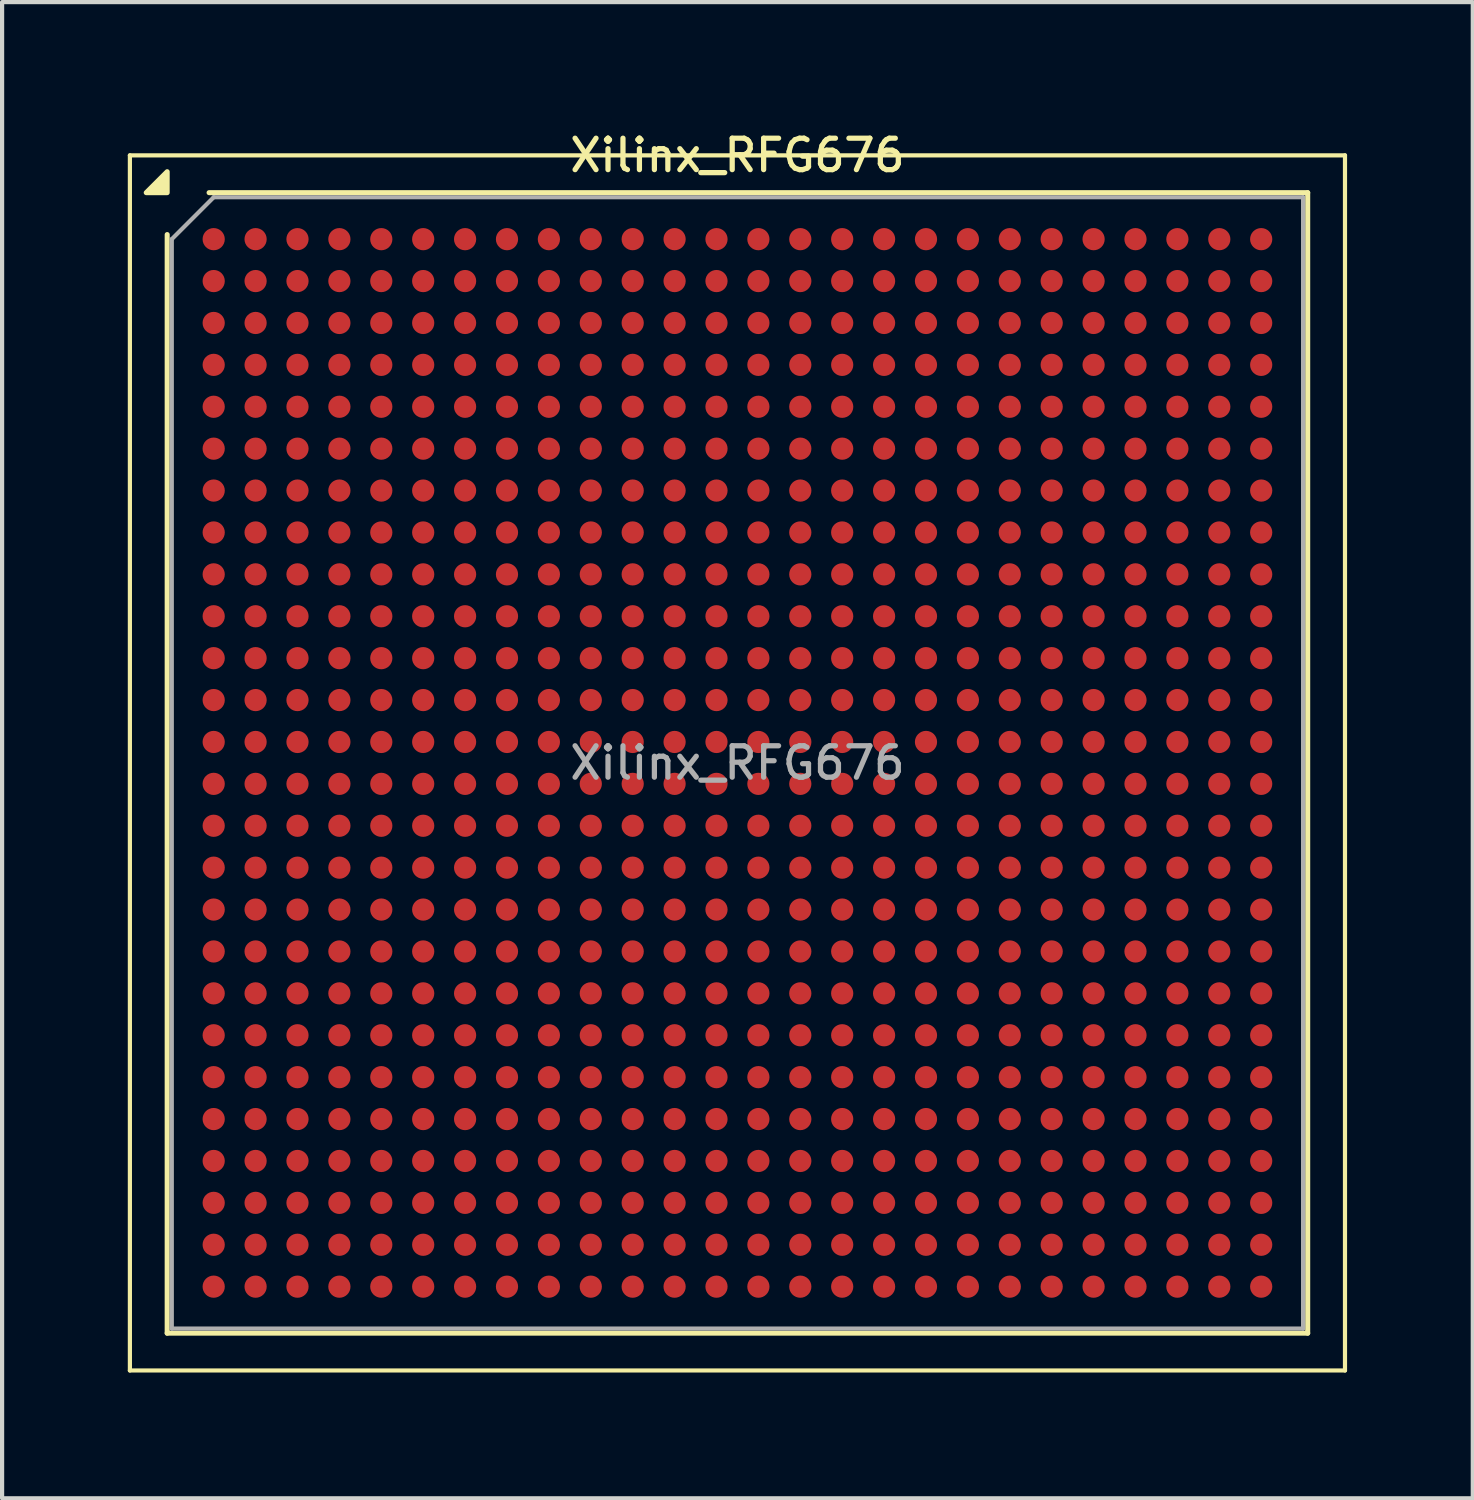
<source format=kicad_pcb>
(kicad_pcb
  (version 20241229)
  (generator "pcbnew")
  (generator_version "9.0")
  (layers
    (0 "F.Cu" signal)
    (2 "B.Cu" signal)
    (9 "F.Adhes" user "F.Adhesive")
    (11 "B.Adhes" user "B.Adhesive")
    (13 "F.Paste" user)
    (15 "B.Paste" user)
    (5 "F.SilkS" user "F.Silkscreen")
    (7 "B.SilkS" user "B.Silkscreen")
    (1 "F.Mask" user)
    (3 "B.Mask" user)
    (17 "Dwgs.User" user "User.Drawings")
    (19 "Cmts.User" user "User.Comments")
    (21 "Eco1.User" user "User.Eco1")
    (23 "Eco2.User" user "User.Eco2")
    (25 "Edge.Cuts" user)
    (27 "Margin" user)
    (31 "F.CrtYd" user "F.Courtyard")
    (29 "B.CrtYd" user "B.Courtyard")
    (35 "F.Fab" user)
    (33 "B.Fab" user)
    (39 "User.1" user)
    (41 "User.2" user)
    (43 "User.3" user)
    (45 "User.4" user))
  (footprint "Xilinx_RFG676"
    (layer "F.Cu")
    (at 14.55 15.158)
    (property "Reference" "Xilinx_RFG676" (at 0 -14.5 0) (layer "F.SilkS") (effects (font (size 0.75 0.75) (thickness 0.125))))
    (attr smd)
    (fp_line (start -14.5 -14.5) (end -14.5 14.5) (stroke (width 0.1) (type solid)) (layer "F.SilkS"))
    (fp_line (start -14.5 14.5) (end 14.5 14.5) (stroke (width 0.1) (type solid)) (layer "F.SilkS"))
    (fp_line (start -13.61 13.61) (end -13.61 -12.61) (stroke (width 0.12) (type solid)) (layer "F.SilkS"))
    (fp_line (start -12.61 -13.61) (end 13.61 -13.61) (stroke (width 0.12) (type solid)) (layer "F.SilkS"))
    (fp_line (start 13.61 -13.61) (end 13.61 13.61) (stroke (width 0.12) (type solid)) (layer "F.SilkS"))
    (fp_line (start 13.61 13.61) (end -13.61 13.61) (stroke (width 0.12) (type solid)) (layer "F.SilkS"))
    (fp_line (start 14.5 -14.5) (end -14.5 -14.5) (stroke (width 0.1) (type solid)) (layer "F.SilkS"))
    (fp_line (start 14.5 14.5) (end 14.5 -14.5) (stroke (width 0.1) (type solid)) (layer "F.SilkS"))
    (fp_poly (pts (xy -13.61 -13.61) (xy -14.11 -13.61) (xy -13.61 -14.11) (xy -13.61 -13.61)) (stroke (width 0.12) (type solid)) (fill yes) (layer "F.SilkS"))
    (fp_line (start -13.5 -12.5) (end -12.5 -13.5) (stroke (width 0.1) (type solid)) (layer "F.Fab"))
    (fp_line (start -13.5 13.5) (end -13.5 -12.5) (stroke (width 0.1) (type solid)) (layer "F.Fab"))
    (fp_line (start -12.5 -13.5) (end 13.5 -13.5) (stroke (width 0.1) (type solid)) (layer "F.Fab"))
    (fp_line (start 13.5 -13.5) (end 13.5 13.5) (stroke (width 0.1) (type solid)) (layer "F.Fab"))
    (fp_line (start 13.5 13.5) (end -13.5 13.5) (stroke (width 0.1) (type solid)) (layer "F.Fab"))
    (fp_text user "${REFERENCE}" (at 0 0 0) (layer "F.Fab") (effects (font (size 0.75 0.75) (thickness 0.125))))
    (pad "A1" smd circle (at -12.5 -12.5) (size 0.53 0.53) (property pad_prop_bga) (layers "F.Cu" "F.Mask" "F.Paste"))
    (pad "A2" smd circle (at -11.5 -12.5) (size 0.53 0.53) (property pad_prop_bga) (layers "F.Cu" "F.Mask" "F.Paste"))
    (pad "A3" smd circle (at -10.5 -12.5) (size 0.53 0.53) (property pad_prop_bga) (layers "F.Cu" "F.Mask" "F.Paste"))
    (pad "A4" smd circle (at -9.5 -12.5) (size 0.53 0.53) (property pad_prop_bga) (layers "F.Cu" "F.Mask" "F.Paste"))
    (pad "A5" smd circle (at -8.5 -12.5) (size 0.53 0.53) (property pad_prop_bga) (layers "F.Cu" "F.Mask" "F.Paste"))
    (pad "A6" smd circle (at -7.5 -12.5) (size 0.53 0.53) (property pad_prop_bga) (layers "F.Cu" "F.Mask" "F.Paste"))
    (pad "A7" smd circle (at -6.5 -12.5) (size 0.53 0.53) (property pad_prop_bga) (layers "F.Cu" "F.Mask" "F.Paste"))
    (pad "A8" smd circle (at -5.5 -12.5) (size 0.53 0.53) (property pad_prop_bga) (layers "F.Cu" "F.Mask" "F.Paste"))
    (pad "A9" smd circle (at -4.5 -12.5) (size 0.53 0.53) (property pad_prop_bga) (layers "F.Cu" "F.Mask" "F.Paste"))
    (pad "A10" smd circle (at -3.5 -12.5) (size 0.53 0.53) (property pad_prop_bga) (layers "F.Cu" "F.Mask" "F.Paste"))
    (pad "A11" smd circle (at -2.5 -12.5) (size 0.53 0.53) (property pad_prop_bga) (layers "F.Cu" "F.Mask" "F.Paste"))
    (pad "A12" smd circle (at -1.5 -12.5) (size 0.53 0.53) (property pad_prop_bga) (layers "F.Cu" "F.Mask" "F.Paste"))
    (pad "A13" smd circle (at -0.5 -12.5) (size 0.53 0.53) (property pad_prop_bga) (layers "F.Cu" "F.Mask" "F.Paste"))
    (pad "A14" smd circle (at 0.5 -12.5) (size 0.53 0.53) (property pad_prop_bga) (layers "F.Cu" "F.Mask" "F.Paste"))
    (pad "A15" smd circle (at 1.5 -12.5) (size 0.53 0.53) (property pad_prop_bga) (layers "F.Cu" "F.Mask" "F.Paste"))
    (pad "A16" smd circle (at 2.5 -12.5) (size 0.53 0.53) (property pad_prop_bga) (layers "F.Cu" "F.Mask" "F.Paste"))
    (pad "A17" smd circle (at 3.5 -12.5) (size 0.53 0.53) (property pad_prop_bga) (layers "F.Cu" "F.Mask" "F.Paste"))
    (pad "A18" smd circle (at 4.5 -12.5) (size 0.53 0.53) (property pad_prop_bga) (layers "F.Cu" "F.Mask" "F.Paste"))
    (pad "A19" smd circle (at 5.5 -12.5) (size 0.53 0.53) (property pad_prop_bga) (layers "F.Cu" "F.Mask" "F.Paste"))
    (pad "A20" smd circle (at 6.5 -12.5) (size 0.53 0.53) (property pad_prop_bga) (layers "F.Cu" "F.Mask" "F.Paste"))
    (pad "A21" smd circle (at 7.5 -12.5) (size 0.53 0.53) (property pad_prop_bga) (layers "F.Cu" "F.Mask" "F.Paste"))
    (pad "A22" smd circle (at 8.5 -12.5) (size 0.53 0.53) (property pad_prop_bga) (layers "F.Cu" "F.Mask" "F.Paste"))
    (pad "A23" smd circle (at 9.5 -12.5) (size 0.53 0.53) (property pad_prop_bga) (layers "F.Cu" "F.Mask" "F.Paste"))
    (pad "A24" smd circle (at 10.5 -12.5) (size 0.53 0.53) (property pad_prop_bga) (layers "F.Cu" "F.Mask" "F.Paste"))
    (pad "A25" smd circle (at 11.5 -12.5) (size 0.53 0.53) (property pad_prop_bga) (layers "F.Cu" "F.Mask" "F.Paste"))
    (pad "A26" smd circle (at 12.5 -12.5) (size 0.53 0.53) (property pad_prop_bga) (layers "F.Cu" "F.Mask" "F.Paste"))
    (pad "AA1" smd circle (at -12.5 7.5) (size 0.53 0.53) (property pad_prop_bga) (layers "F.Cu" "F.Mask" "F.Paste"))
    (pad "AA2" smd circle (at -11.5 7.5) (size 0.53 0.53) (property pad_prop_bga) (layers "F.Cu" "F.Mask" "F.Paste"))
    (pad "AA3" smd circle (at -10.5 7.5) (size 0.53 0.53) (property pad_prop_bga) (layers "F.Cu" "F.Mask" "F.Paste"))
    (pad "AA4" smd circle (at -9.5 7.5) (size 0.53 0.53) (property pad_prop_bga) (layers "F.Cu" "F.Mask" "F.Paste"))
    (pad "AA5" smd circle (at -8.5 7.5) (size 0.53 0.53) (property pad_prop_bga) (layers "F.Cu" "F.Mask" "F.Paste"))
    (pad "AA6" smd circle (at -7.5 7.5) (size 0.53 0.53) (property pad_prop_bga) (layers "F.Cu" "F.Mask" "F.Paste"))
    (pad "AA7" smd circle (at -6.5 7.5) (size 0.53 0.53) (property pad_prop_bga) (layers "F.Cu" "F.Mask" "F.Paste"))
    (pad "AA8" smd circle (at -5.5 7.5) (size 0.53 0.53) (property pad_prop_bga) (layers "F.Cu" "F.Mask" "F.Paste"))
    (pad "AA9" smd circle (at -4.5 7.5) (size 0.53 0.53) (property pad_prop_bga) (layers "F.Cu" "F.Mask" "F.Paste"))
    (pad "AA10" smd circle (at -3.5 7.5) (size 0.53 0.53) (property pad_prop_bga) (layers "F.Cu" "F.Mask" "F.Paste"))
    (pad "AA11" smd circle (at -2.5 7.5) (size 0.53 0.53) (property pad_prop_bga) (layers "F.Cu" "F.Mask" "F.Paste"))
    (pad "AA12" smd circle (at -1.5 7.5) (size 0.53 0.53) (property pad_prop_bga) (layers "F.Cu" "F.Mask" "F.Paste"))
    (pad "AA13" smd circle (at -0.5 7.5) (size 0.53 0.53) (property pad_prop_bga) (layers "F.Cu" "F.Mask" "F.Paste"))
    (pad "AA14" smd circle (at 0.5 7.5) (size 0.53 0.53) (property pad_prop_bga) (layers "F.Cu" "F.Mask" "F.Paste"))
    (pad "AA15" smd circle (at 1.5 7.5) (size 0.53 0.53) (property pad_prop_bga) (layers "F.Cu" "F.Mask" "F.Paste"))
    (pad "AA16" smd circle (at 2.5 7.5) (size 0.53 0.53) (property pad_prop_bga) (layers "F.Cu" "F.Mask" "F.Paste"))
    (pad "AA17" smd circle (at 3.5 7.5) (size 0.53 0.53) (property pad_prop_bga) (layers "F.Cu" "F.Mask" "F.Paste"))
    (pad "AA18" smd circle (at 4.5 7.5) (size 0.53 0.53) (property pad_prop_bga) (layers "F.Cu" "F.Mask" "F.Paste"))
    (pad "AA19" smd circle (at 5.5 7.5) (size 0.53 0.53) (property pad_prop_bga) (layers "F.Cu" "F.Mask" "F.Paste"))
    (pad "AA20" smd circle (at 6.5 7.5) (size 0.53 0.53) (property pad_prop_bga) (layers "F.Cu" "F.Mask" "F.Paste"))
    (pad "AA21" smd circle (at 7.5 7.5) (size 0.53 0.53) (property pad_prop_bga) (layers "F.Cu" "F.Mask" "F.Paste"))
    (pad "AA22" smd circle (at 8.5 7.5) (size 0.53 0.53) (property pad_prop_bga) (layers "F.Cu" "F.Mask" "F.Paste"))
    (pad "AA23" smd circle (at 9.5 7.5) (size 0.53 0.53) (property pad_prop_bga) (layers "F.Cu" "F.Mask" "F.Paste"))
    (pad "AA24" smd circle (at 10.5 7.5) (size 0.53 0.53) (property pad_prop_bga) (layers "F.Cu" "F.Mask" "F.Paste"))
    (pad "AA25" smd circle (at 11.5 7.5) (size 0.53 0.53) (property pad_prop_bga) (layers "F.Cu" "F.Mask" "F.Paste"))
    (pad "AA26" smd circle (at 12.5 7.5) (size 0.53 0.53) (property pad_prop_bga) (layers "F.Cu" "F.Mask" "F.Paste"))
    (pad "AB1" smd circle (at -12.5 8.5) (size 0.53 0.53) (property pad_prop_bga) (layers "F.Cu" "F.Mask" "F.Paste"))
    (pad "AB2" smd circle (at -11.5 8.5) (size 0.53 0.53) (property pad_prop_bga) (layers "F.Cu" "F.Mask" "F.Paste"))
    (pad "AB3" smd circle (at -10.5 8.5) (size 0.53 0.53) (property pad_prop_bga) (layers "F.Cu" "F.Mask" "F.Paste"))
    (pad "AB4" smd circle (at -9.5 8.5) (size 0.53 0.53) (property pad_prop_bga) (layers "F.Cu" "F.Mask" "F.Paste"))
    (pad "AB5" smd circle (at -8.5 8.5) (size 0.53 0.53) (property pad_prop_bga) (layers "F.Cu" "F.Mask" "F.Paste"))
    (pad "AB6" smd circle (at -7.5 8.5) (size 0.53 0.53) (property pad_prop_bga) (layers "F.Cu" "F.Mask" "F.Paste"))
    (pad "AB7" smd circle (at -6.5 8.5) (size 0.53 0.53) (property pad_prop_bga) (layers "F.Cu" "F.Mask" "F.Paste"))
    (pad "AB8" smd circle (at -5.5 8.5) (size 0.53 0.53) (property pad_prop_bga) (layers "F.Cu" "F.Mask" "F.Paste"))
    (pad "AB9" smd circle (at -4.5 8.5) (size 0.53 0.53) (property pad_prop_bga) (layers "F.Cu" "F.Mask" "F.Paste"))
    (pad "AB10" smd circle (at -3.5 8.5) (size 0.53 0.53) (property pad_prop_bga) (layers "F.Cu" "F.Mask" "F.Paste"))
    (pad "AB11" smd circle (at -2.5 8.5) (size 0.53 0.53) (property pad_prop_bga) (layers "F.Cu" "F.Mask" "F.Paste"))
    (pad "AB12" smd circle (at -1.5 8.5) (size 0.53 0.53) (property pad_prop_bga) (layers "F.Cu" "F.Mask" "F.Paste"))
    (pad "AB13" smd circle (at -0.5 8.5) (size 0.53 0.53) (property pad_prop_bga) (layers "F.Cu" "F.Mask" "F.Paste"))
    (pad "AB14" smd circle (at 0.5 8.5) (size 0.53 0.53) (property pad_prop_bga) (layers "F.Cu" "F.Mask" "F.Paste"))
    (pad "AB15" smd circle (at 1.5 8.5) (size 0.53 0.53) (property pad_prop_bga) (layers "F.Cu" "F.Mask" "F.Paste"))
    (pad "AB16" smd circle (at 2.5 8.5) (size 0.53 0.53) (property pad_prop_bga) (layers "F.Cu" "F.Mask" "F.Paste"))
    (pad "AB17" smd circle (at 3.5 8.5) (size 0.53 0.53) (property pad_prop_bga) (layers "F.Cu" "F.Mask" "F.Paste"))
    (pad "AB18" smd circle (at 4.5 8.5) (size 0.53 0.53) (property pad_prop_bga) (layers "F.Cu" "F.Mask" "F.Paste"))
    (pad "AB19" smd circle (at 5.5 8.5) (size 0.53 0.53) (property pad_prop_bga) (layers "F.Cu" "F.Mask" "F.Paste"))
    (pad "AB20" smd circle (at 6.5 8.5) (size 0.53 0.53) (property pad_prop_bga) (layers "F.Cu" "F.Mask" "F.Paste"))
    (pad "AB21" smd circle (at 7.5 8.5) (size 0.53 0.53) (property pad_prop_bga) (layers "F.Cu" "F.Mask" "F.Paste"))
    (pad "AB22" smd circle (at 8.5 8.5) (size 0.53 0.53) (property pad_prop_bga) (layers "F.Cu" "F.Mask" "F.Paste"))
    (pad "AB23" smd circle (at 9.5 8.5) (size 0.53 0.53) (property pad_prop_bga) (layers "F.Cu" "F.Mask" "F.Paste"))
    (pad "AB24" smd circle (at 10.5 8.5) (size 0.53 0.53) (property pad_prop_bga) (layers "F.Cu" "F.Mask" "F.Paste"))
    (pad "AB25" smd circle (at 11.5 8.5) (size 0.53 0.53) (property pad_prop_bga) (layers "F.Cu" "F.Mask" "F.Paste"))
    (pad "AB26" smd circle (at 12.5 8.5) (size 0.53 0.53) (property pad_prop_bga) (layers "F.Cu" "F.Mask" "F.Paste"))
    (pad "AC1" smd circle (at -12.5 9.5) (size 0.53 0.53) (property pad_prop_bga) (layers "F.Cu" "F.Mask" "F.Paste"))
    (pad "AC2" smd circle (at -11.5 9.5) (size 0.53 0.53) (property pad_prop_bga) (layers "F.Cu" "F.Mask" "F.Paste"))
    (pad "AC3" smd circle (at -10.5 9.5) (size 0.53 0.53) (property pad_prop_bga) (layers "F.Cu" "F.Mask" "F.Paste"))
    (pad "AC4" smd circle (at -9.5 9.5) (size 0.53 0.53) (property pad_prop_bga) (layers "F.Cu" "F.Mask" "F.Paste"))
    (pad "AC5" smd circle (at -8.5 9.5) (size 0.53 0.53) (property pad_prop_bga) (layers "F.Cu" "F.Mask" "F.Paste"))
    (pad "AC6" smd circle (at -7.5 9.5) (size 0.53 0.53) (property pad_prop_bga) (layers "F.Cu" "F.Mask" "F.Paste"))
    (pad "AC7" smd circle (at -6.5 9.5) (size 0.53 0.53) (property pad_prop_bga) (layers "F.Cu" "F.Mask" "F.Paste"))
    (pad "AC8" smd circle (at -5.5 9.5) (size 0.53 0.53) (property pad_prop_bga) (layers "F.Cu" "F.Mask" "F.Paste"))
    (pad "AC9" smd circle (at -4.5 9.5) (size 0.53 0.53) (property pad_prop_bga) (layers "F.Cu" "F.Mask" "F.Paste"))
    (pad "AC10" smd circle (at -3.5 9.5) (size 0.53 0.53) (property pad_prop_bga) (layers "F.Cu" "F.Mask" "F.Paste"))
    (pad "AC11" smd circle (at -2.5 9.5) (size 0.53 0.53) (property pad_prop_bga) (layers "F.Cu" "F.Mask" "F.Paste"))
    (pad "AC12" smd circle (at -1.5 9.5) (size 0.53 0.53) (property pad_prop_bga) (layers "F.Cu" "F.Mask" "F.Paste"))
    (pad "AC13" smd circle (at -0.5 9.5) (size 0.53 0.53) (property pad_prop_bga) (layers "F.Cu" "F.Mask" "F.Paste"))
    (pad "AC14" smd circle (at 0.5 9.5) (size 0.53 0.53) (property pad_prop_bga) (layers "F.Cu" "F.Mask" "F.Paste"))
    (pad "AC15" smd circle (at 1.5 9.5) (size 0.53 0.53) (property pad_prop_bga) (layers "F.Cu" "F.Mask" "F.Paste"))
    (pad "AC16" smd circle (at 2.5 9.5) (size 0.53 0.53) (property pad_prop_bga) (layers "F.Cu" "F.Mask" "F.Paste"))
    (pad "AC17" smd circle (at 3.5 9.5) (size 0.53 0.53) (property pad_prop_bga) (layers "F.Cu" "F.Mask" "F.Paste"))
    (pad "AC18" smd circle (at 4.5 9.5) (size 0.53 0.53) (property pad_prop_bga) (layers "F.Cu" "F.Mask" "F.Paste"))
    (pad "AC19" smd circle (at 5.5 9.5) (size 0.53 0.53) (property pad_prop_bga) (layers "F.Cu" "F.Mask" "F.Paste"))
    (pad "AC20" smd circle (at 6.5 9.5) (size 0.53 0.53) (property pad_prop_bga) (layers "F.Cu" "F.Mask" "F.Paste"))
    (pad "AC21" smd circle (at 7.5 9.5) (size 0.53 0.53) (property pad_prop_bga) (layers "F.Cu" "F.Mask" "F.Paste"))
    (pad "AC22" smd circle (at 8.5 9.5) (size 0.53 0.53) (property pad_prop_bga) (layers "F.Cu" "F.Mask" "F.Paste"))
    (pad "AC23" smd circle (at 9.5 9.5) (size 0.53 0.53) (property pad_prop_bga) (layers "F.Cu" "F.Mask" "F.Paste"))
    (pad "AC24" smd circle (at 10.5 9.5) (size 0.53 0.53) (property pad_prop_bga) (layers "F.Cu" "F.Mask" "F.Paste"))
    (pad "AC25" smd circle (at 11.5 9.5) (size 0.53 0.53) (property pad_prop_bga) (layers "F.Cu" "F.Mask" "F.Paste"))
    (pad "AC26" smd circle (at 12.5 9.5) (size 0.53 0.53) (property pad_prop_bga) (layers "F.Cu" "F.Mask" "F.Paste"))
    (pad "AD1" smd circle (at -12.5 10.5) (size 0.53 0.53) (property pad_prop_bga) (layers "F.Cu" "F.Mask" "F.Paste"))
    (pad "AD2" smd circle (at -11.5 10.5) (size 0.53 0.53) (property pad_prop_bga) (layers "F.Cu" "F.Mask" "F.Paste"))
    (pad "AD3" smd circle (at -10.5 10.5) (size 0.53 0.53) (property pad_prop_bga) (layers "F.Cu" "F.Mask" "F.Paste"))
    (pad "AD4" smd circle (at -9.5 10.5) (size 0.53 0.53) (property pad_prop_bga) (layers "F.Cu" "F.Mask" "F.Paste"))
    (pad "AD5" smd circle (at -8.5 10.5) (size 0.53 0.53) (property pad_prop_bga) (layers "F.Cu" "F.Mask" "F.Paste"))
    (pad "AD6" smd circle (at -7.5 10.5) (size 0.53 0.53) (property pad_prop_bga) (layers "F.Cu" "F.Mask" "F.Paste"))
    (pad "AD7" smd circle (at -6.5 10.5) (size 0.53 0.53) (property pad_prop_bga) (layers "F.Cu" "F.Mask" "F.Paste"))
    (pad "AD8" smd circle (at -5.5 10.5) (size 0.53 0.53) (property pad_prop_bga) (layers "F.Cu" "F.Mask" "F.Paste"))
    (pad "AD9" smd circle (at -4.5 10.5) (size 0.53 0.53) (property pad_prop_bga) (layers "F.Cu" "F.Mask" "F.Paste"))
    (pad "AD10" smd circle (at -3.5 10.5) (size 0.53 0.53) (property pad_prop_bga) (layers "F.Cu" "F.Mask" "F.Paste"))
    (pad "AD11" smd circle (at -2.5 10.5) (size 0.53 0.53) (property pad_prop_bga) (layers "F.Cu" "F.Mask" "F.Paste"))
    (pad "AD12" smd circle (at -1.5 10.5) (size 0.53 0.53) (property pad_prop_bga) (layers "F.Cu" "F.Mask" "F.Paste"))
    (pad "AD13" smd circle (at -0.5 10.5) (size 0.53 0.53) (property pad_prop_bga) (layers "F.Cu" "F.Mask" "F.Paste"))
    (pad "AD14" smd circle (at 0.5 10.5) (size 0.53 0.53) (property pad_prop_bga) (layers "F.Cu" "F.Mask" "F.Paste"))
    (pad "AD15" smd circle (at 1.5 10.5) (size 0.53 0.53) (property pad_prop_bga) (layers "F.Cu" "F.Mask" "F.Paste"))
    (pad "AD16" smd circle (at 2.5 10.5) (size 0.53 0.53) (property pad_prop_bga) (layers "F.Cu" "F.Mask" "F.Paste"))
    (pad "AD17" smd circle (at 3.5 10.5) (size 0.53 0.53) (property pad_prop_bga) (layers "F.Cu" "F.Mask" "F.Paste"))
    (pad "AD18" smd circle (at 4.5 10.5) (size 0.53 0.53) (property pad_prop_bga) (layers "F.Cu" "F.Mask" "F.Paste"))
    (pad "AD19" smd circle (at 5.5 10.5) (size 0.53 0.53) (property pad_prop_bga) (layers "F.Cu" "F.Mask" "F.Paste"))
    (pad "AD20" smd circle (at 6.5 10.5) (size 0.53 0.53) (property pad_prop_bga) (layers "F.Cu" "F.Mask" "F.Paste"))
    (pad "AD21" smd circle (at 7.5 10.5) (size 0.53 0.53) (property pad_prop_bga) (layers "F.Cu" "F.Mask" "F.Paste"))
    (pad "AD22" smd circle (at 8.5 10.5) (size 0.53 0.53) (property pad_prop_bga) (layers "F.Cu" "F.Mask" "F.Paste"))
    (pad "AD23" smd circle (at 9.5 10.5) (size 0.53 0.53) (property pad_prop_bga) (layers "F.Cu" "F.Mask" "F.Paste"))
    (pad "AD24" smd circle (at 10.5 10.5) (size 0.53 0.53) (property pad_prop_bga) (layers "F.Cu" "F.Mask" "F.Paste"))
    (pad "AD25" smd circle (at 11.5 10.5) (size 0.53 0.53) (property pad_prop_bga) (layers "F.Cu" "F.Mask" "F.Paste"))
    (pad "AD26" smd circle (at 12.5 10.5) (size 0.53 0.53) (property pad_prop_bga) (layers "F.Cu" "F.Mask" "F.Paste"))
    (pad "AE1" smd circle (at -12.5 11.5) (size 0.53 0.53) (property pad_prop_bga) (layers "F.Cu" "F.Mask" "F.Paste"))
    (pad "AE2" smd circle (at -11.5 11.5) (size 0.53 0.53) (property pad_prop_bga) (layers "F.Cu" "F.Mask" "F.Paste"))
    (pad "AE3" smd circle (at -10.5 11.5) (size 0.53 0.53) (property pad_prop_bga) (layers "F.Cu" "F.Mask" "F.Paste"))
    (pad "AE4" smd circle (at -9.5 11.5) (size 0.53 0.53) (property pad_prop_bga) (layers "F.Cu" "F.Mask" "F.Paste"))
    (pad "AE5" smd circle (at -8.5 11.5) (size 0.53 0.53) (property pad_prop_bga) (layers "F.Cu" "F.Mask" "F.Paste"))
    (pad "AE6" smd circle (at -7.5 11.5) (size 0.53 0.53) (property pad_prop_bga) (layers "F.Cu" "F.Mask" "F.Paste"))
    (pad "AE7" smd circle (at -6.5 11.5) (size 0.53 0.53) (property pad_prop_bga) (layers "F.Cu" "F.Mask" "F.Paste"))
    (pad "AE8" smd circle (at -5.5 11.5) (size 0.53 0.53) (property pad_prop_bga) (layers "F.Cu" "F.Mask" "F.Paste"))
    (pad "AE9" smd circle (at -4.5 11.5) (size 0.53 0.53) (property pad_prop_bga) (layers "F.Cu" "F.Mask" "F.Paste"))
    (pad "AE10" smd circle (at -3.5 11.5) (size 0.53 0.53) (property pad_prop_bga) (layers "F.Cu" "F.Mask" "F.Paste"))
    (pad "AE11" smd circle (at -2.5 11.5) (size 0.53 0.53) (property pad_prop_bga) (layers "F.Cu" "F.Mask" "F.Paste"))
    (pad "AE12" smd circle (at -1.5 11.5) (size 0.53 0.53) (property pad_prop_bga) (layers "F.Cu" "F.Mask" "F.Paste"))
    (pad "AE13" smd circle (at -0.5 11.5) (size 0.53 0.53) (property pad_prop_bga) (layers "F.Cu" "F.Mask" "F.Paste"))
    (pad "AE14" smd circle (at 0.5 11.5) (size 0.53 0.53) (property pad_prop_bga) (layers "F.Cu" "F.Mask" "F.Paste"))
    (pad "AE15" smd circle (at 1.5 11.5) (size 0.53 0.53) (property pad_prop_bga) (layers "F.Cu" "F.Mask" "F.Paste"))
    (pad "AE16" smd circle (at 2.5 11.5) (size 0.53 0.53) (property pad_prop_bga) (layers "F.Cu" "F.Mask" "F.Paste"))
    (pad "AE17" smd circle (at 3.5 11.5) (size 0.53 0.53) (property pad_prop_bga) (layers "F.Cu" "F.Mask" "F.Paste"))
    (pad "AE18" smd circle (at 4.5 11.5) (size 0.53 0.53) (property pad_prop_bga) (layers "F.Cu" "F.Mask" "F.Paste"))
    (pad "AE19" smd circle (at 5.5 11.5) (size 0.53 0.53) (property pad_prop_bga) (layers "F.Cu" "F.Mask" "F.Paste"))
    (pad "AE20" smd circle (at 6.5 11.5) (size 0.53 0.53) (property pad_prop_bga) (layers "F.Cu" "F.Mask" "F.Paste"))
    (pad "AE21" smd circle (at 7.5 11.5) (size 0.53 0.53) (property pad_prop_bga) (layers "F.Cu" "F.Mask" "F.Paste"))
    (pad "AE22" smd circle (at 8.5 11.5) (size 0.53 0.53) (property pad_prop_bga) (layers "F.Cu" "F.Mask" "F.Paste"))
    (pad "AE23" smd circle (at 9.5 11.5) (size 0.53 0.53) (property pad_prop_bga) (layers "F.Cu" "F.Mask" "F.Paste"))
    (pad "AE24" smd circle (at 10.5 11.5) (size 0.53 0.53) (property pad_prop_bga) (layers "F.Cu" "F.Mask" "F.Paste"))
    (pad "AE25" smd circle (at 11.5 11.5) (size 0.53 0.53) (property pad_prop_bga) (layers "F.Cu" "F.Mask" "F.Paste"))
    (pad "AE26" smd circle (at 12.5 11.5) (size 0.53 0.53) (property pad_prop_bga) (layers "F.Cu" "F.Mask" "F.Paste"))
    (pad "AF1" smd circle (at -12.5 12.5) (size 0.53 0.53) (property pad_prop_bga) (layers "F.Cu" "F.Mask" "F.Paste"))
    (pad "AF2" smd circle (at -11.5 12.5) (size 0.53 0.53) (property pad_prop_bga) (layers "F.Cu" "F.Mask" "F.Paste"))
    (pad "AF3" smd circle (at -10.5 12.5) (size 0.53 0.53) (property pad_prop_bga) (layers "F.Cu" "F.Mask" "F.Paste"))
    (pad "AF4" smd circle (at -9.5 12.5) (size 0.53 0.53) (property pad_prop_bga) (layers "F.Cu" "F.Mask" "F.Paste"))
    (pad "AF5" smd circle (at -8.5 12.5) (size 0.53 0.53) (property pad_prop_bga) (layers "F.Cu" "F.Mask" "F.Paste"))
    (pad "AF6" smd circle (at -7.5 12.5) (size 0.53 0.53) (property pad_prop_bga) (layers "F.Cu" "F.Mask" "F.Paste"))
    (pad "AF7" smd circle (at -6.5 12.5) (size 0.53 0.53) (property pad_prop_bga) (layers "F.Cu" "F.Mask" "F.Paste"))
    (pad "AF8" smd circle (at -5.5 12.5) (size 0.53 0.53) (property pad_prop_bga) (layers "F.Cu" "F.Mask" "F.Paste"))
    (pad "AF9" smd circle (at -4.5 12.5) (size 0.53 0.53) (property pad_prop_bga) (layers "F.Cu" "F.Mask" "F.Paste"))
    (pad "AF10" smd circle (at -3.5 12.5) (size 0.53 0.53) (property pad_prop_bga) (layers "F.Cu" "F.Mask" "F.Paste"))
    (pad "AF11" smd circle (at -2.5 12.5) (size 0.53 0.53) (property pad_prop_bga) (layers "F.Cu" "F.Mask" "F.Paste"))
    (pad "AF12" smd circle (at -1.5 12.5) (size 0.53 0.53) (property pad_prop_bga) (layers "F.Cu" "F.Mask" "F.Paste"))
    (pad "AF13" smd circle (at -0.5 12.5) (size 0.53 0.53) (property pad_prop_bga) (layers "F.Cu" "F.Mask" "F.Paste"))
    (pad "AF14" smd circle (at 0.5 12.5) (size 0.53 0.53) (property pad_prop_bga) (layers "F.Cu" "F.Mask" "F.Paste"))
    (pad "AF15" smd circle (at 1.5 12.5) (size 0.53 0.53) (property pad_prop_bga) (layers "F.Cu" "F.Mask" "F.Paste"))
    (pad "AF16" smd circle (at 2.5 12.5) (size 0.53 0.53) (property pad_prop_bga) (layers "F.Cu" "F.Mask" "F.Paste"))
    (pad "AF17" smd circle (at 3.5 12.5) (size 0.53 0.53) (property pad_prop_bga) (layers "F.Cu" "F.Mask" "F.Paste"))
    (pad "AF18" smd circle (at 4.5 12.5) (size 0.53 0.53) (property pad_prop_bga) (layers "F.Cu" "F.Mask" "F.Paste"))
    (pad "AF19" smd circle (at 5.5 12.5) (size 0.53 0.53) (property pad_prop_bga) (layers "F.Cu" "F.Mask" "F.Paste"))
    (pad "AF20" smd circle (at 6.5 12.5) (size 0.53 0.53) (property pad_prop_bga) (layers "F.Cu" "F.Mask" "F.Paste"))
    (pad "AF21" smd circle (at 7.5 12.5) (size 0.53 0.53) (property pad_prop_bga) (layers "F.Cu" "F.Mask" "F.Paste"))
    (pad "AF22" smd circle (at 8.5 12.5) (size 0.53 0.53) (property pad_prop_bga) (layers "F.Cu" "F.Mask" "F.Paste"))
    (pad "AF23" smd circle (at 9.5 12.5) (size 0.53 0.53) (property pad_prop_bga) (layers "F.Cu" "F.Mask" "F.Paste"))
    (pad "AF24" smd circle (at 10.5 12.5) (size 0.53 0.53) (property pad_prop_bga) (layers "F.Cu" "F.Mask" "F.Paste"))
    (pad "AF25" smd circle (at 11.5 12.5) (size 0.53 0.53) (property pad_prop_bga) (layers "F.Cu" "F.Mask" "F.Paste"))
    (pad "AF26" smd circle (at 12.5 12.5) (size 0.53 0.53) (property pad_prop_bga) (layers "F.Cu" "F.Mask" "F.Paste"))
    (pad "B1" smd circle (at -12.5 -11.5) (size 0.53 0.53) (property pad_prop_bga) (layers "F.Cu" "F.Mask" "F.Paste"))
    (pad "B2" smd circle (at -11.5 -11.5) (size 0.53 0.53) (property pad_prop_bga) (layers "F.Cu" "F.Mask" "F.Paste"))
    (pad "B3" smd circle (at -10.5 -11.5) (size 0.53 0.53) (property pad_prop_bga) (layers "F.Cu" "F.Mask" "F.Paste"))
    (pad "B4" smd circle (at -9.5 -11.5) (size 0.53 0.53) (property pad_prop_bga) (layers "F.Cu" "F.Mask" "F.Paste"))
    (pad "B5" smd circle (at -8.5 -11.5) (size 0.53 0.53) (property pad_prop_bga) (layers "F.Cu" "F.Mask" "F.Paste"))
    (pad "B6" smd circle (at -7.5 -11.5) (size 0.53 0.53) (property pad_prop_bga) (layers "F.Cu" "F.Mask" "F.Paste"))
    (pad "B7" smd circle (at -6.5 -11.5) (size 0.53 0.53) (property pad_prop_bga) (layers "F.Cu" "F.Mask" "F.Paste"))
    (pad "B8" smd circle (at -5.5 -11.5) (size 0.53 0.53) (property pad_prop_bga) (layers "F.Cu" "F.Mask" "F.Paste"))
    (pad "B9" smd circle (at -4.5 -11.5) (size 0.53 0.53) (property pad_prop_bga) (layers "F.Cu" "F.Mask" "F.Paste"))
    (pad "B10" smd circle (at -3.5 -11.5) (size 0.53 0.53) (property pad_prop_bga) (layers "F.Cu" "F.Mask" "F.Paste"))
    (pad "B11" smd circle (at -2.5 -11.5) (size 0.53 0.53) (property pad_prop_bga) (layers "F.Cu" "F.Mask" "F.Paste"))
    (pad "B12" smd circle (at -1.5 -11.5) (size 0.53 0.53) (property pad_prop_bga) (layers "F.Cu" "F.Mask" "F.Paste"))
    (pad "B13" smd circle (at -0.5 -11.5) (size 0.53 0.53) (property pad_prop_bga) (layers "F.Cu" "F.Mask" "F.Paste"))
    (pad "B14" smd circle (at 0.5 -11.5) (size 0.53 0.53) (property pad_prop_bga) (layers "F.Cu" "F.Mask" "F.Paste"))
    (pad "B15" smd circle (at 1.5 -11.5) (size 0.53 0.53) (property pad_prop_bga) (layers "F.Cu" "F.Mask" "F.Paste"))
    (pad "B16" smd circle (at 2.5 -11.5) (size 0.53 0.53) (property pad_prop_bga) (layers "F.Cu" "F.Mask" "F.Paste"))
    (pad "B17" smd circle (at 3.5 -11.5) (size 0.53 0.53) (property pad_prop_bga) (layers "F.Cu" "F.Mask" "F.Paste"))
    (pad "B18" smd circle (at 4.5 -11.5) (size 0.53 0.53) (property pad_prop_bga) (layers "F.Cu" "F.Mask" "F.Paste"))
    (pad "B19" smd circle (at 5.5 -11.5) (size 0.53 0.53) (property pad_prop_bga) (layers "F.Cu" "F.Mask" "F.Paste"))
    (pad "B20" smd circle (at 6.5 -11.5) (size 0.53 0.53) (property pad_prop_bga) (layers "F.Cu" "F.Mask" "F.Paste"))
    (pad "B21" smd circle (at 7.5 -11.5) (size 0.53 0.53) (property pad_prop_bga) (layers "F.Cu" "F.Mask" "F.Paste"))
    (pad "B22" smd circle (at 8.5 -11.5) (size 0.53 0.53) (property pad_prop_bga) (layers "F.Cu" "F.Mask" "F.Paste"))
    (pad "B23" smd circle (at 9.5 -11.5) (size 0.53 0.53) (property pad_prop_bga) (layers "F.Cu" "F.Mask" "F.Paste"))
    (pad "B24" smd circle (at 10.5 -11.5) (size 0.53 0.53) (property pad_prop_bga) (layers "F.Cu" "F.Mask" "F.Paste"))
    (pad "B25" smd circle (at 11.5 -11.5) (size 0.53 0.53) (property pad_prop_bga) (layers "F.Cu" "F.Mask" "F.Paste"))
    (pad "B26" smd circle (at 12.5 -11.5) (size 0.53 0.53) (property pad_prop_bga) (layers "F.Cu" "F.Mask" "F.Paste"))
    (pad "C1" smd circle (at -12.5 -10.5) (size 0.53 0.53) (property pad_prop_bga) (layers "F.Cu" "F.Mask" "F.Paste"))
    (pad "C2" smd circle (at -11.5 -10.5) (size 0.53 0.53) (property pad_prop_bga) (layers "F.Cu" "F.Mask" "F.Paste"))
    (pad "C3" smd circle (at -10.5 -10.5) (size 0.53 0.53) (property pad_prop_bga) (layers "F.Cu" "F.Mask" "F.Paste"))
    (pad "C4" smd circle (at -9.5 -10.5) (size 0.53 0.53) (property pad_prop_bga) (layers "F.Cu" "F.Mask" "F.Paste"))
    (pad "C5" smd circle (at -8.5 -10.5) (size 0.53 0.53) (property pad_prop_bga) (layers "F.Cu" "F.Mask" "F.Paste"))
    (pad "C6" smd circle (at -7.5 -10.5) (size 0.53 0.53) (property pad_prop_bga) (layers "F.Cu" "F.Mask" "F.Paste"))
    (pad "C7" smd circle (at -6.5 -10.5) (size 0.53 0.53) (property pad_prop_bga) (layers "F.Cu" "F.Mask" "F.Paste"))
    (pad "C8" smd circle (at -5.5 -10.5) (size 0.53 0.53) (property pad_prop_bga) (layers "F.Cu" "F.Mask" "F.Paste"))
    (pad "C9" smd circle (at -4.5 -10.5) (size 0.53 0.53) (property pad_prop_bga) (layers "F.Cu" "F.Mask" "F.Paste"))
    (pad "C10" smd circle (at -3.5 -10.5) (size 0.53 0.53) (property pad_prop_bga) (layers "F.Cu" "F.Mask" "F.Paste"))
    (pad "C11" smd circle (at -2.5 -10.5) (size 0.53 0.53) (property pad_prop_bga) (layers "F.Cu" "F.Mask" "F.Paste"))
    (pad "C12" smd circle (at -1.5 -10.5) (size 0.53 0.53) (property pad_prop_bga) (layers "F.Cu" "F.Mask" "F.Paste"))
    (pad "C13" smd circle (at -0.5 -10.5) (size 0.53 0.53) (property pad_prop_bga) (layers "F.Cu" "F.Mask" "F.Paste"))
    (pad "C14" smd circle (at 0.5 -10.5) (size 0.53 0.53) (property pad_prop_bga) (layers "F.Cu" "F.Mask" "F.Paste"))
    (pad "C15" smd circle (at 1.5 -10.5) (size 0.53 0.53) (property pad_prop_bga) (layers "F.Cu" "F.Mask" "F.Paste"))
    (pad "C16" smd circle (at 2.5 -10.5) (size 0.53 0.53) (property pad_prop_bga) (layers "F.Cu" "F.Mask" "F.Paste"))
    (pad "C17" smd circle (at 3.5 -10.5) (size 0.53 0.53) (property pad_prop_bga) (layers "F.Cu" "F.Mask" "F.Paste"))
    (pad "C18" smd circle (at 4.5 -10.5) (size 0.53 0.53) (property pad_prop_bga) (layers "F.Cu" "F.Mask" "F.Paste"))
    (pad "C19" smd circle (at 5.5 -10.5) (size 0.53 0.53) (property pad_prop_bga) (layers "F.Cu" "F.Mask" "F.Paste"))
    (pad "C20" smd circle (at 6.5 -10.5) (size 0.53 0.53) (property pad_prop_bga) (layers "F.Cu" "F.Mask" "F.Paste"))
    (pad "C21" smd circle (at 7.5 -10.5) (size 0.53 0.53) (property pad_prop_bga) (layers "F.Cu" "F.Mask" "F.Paste"))
    (pad "C22" smd circle (at 8.5 -10.5) (size 0.53 0.53) (property pad_prop_bga) (layers "F.Cu" "F.Mask" "F.Paste"))
    (pad "C23" smd circle (at 9.5 -10.5) (size 0.53 0.53) (property pad_prop_bga) (layers "F.Cu" "F.Mask" "F.Paste"))
    (pad "C24" smd circle (at 10.5 -10.5) (size 0.53 0.53) (property pad_prop_bga) (layers "F.Cu" "F.Mask" "F.Paste"))
    (pad "C25" smd circle (at 11.5 -10.5) (size 0.53 0.53) (property pad_prop_bga) (layers "F.Cu" "F.Mask" "F.Paste"))
    (pad "C26" smd circle (at 12.5 -10.5) (size 0.53 0.53) (property pad_prop_bga) (layers "F.Cu" "F.Mask" "F.Paste"))
    (pad "D1" smd circle (at -12.5 -9.5) (size 0.53 0.53) (property pad_prop_bga) (layers "F.Cu" "F.Mask" "F.Paste"))
    (pad "D2" smd circle (at -11.5 -9.5) (size 0.53 0.53) (property pad_prop_bga) (layers "F.Cu" "F.Mask" "F.Paste"))
    (pad "D3" smd circle (at -10.5 -9.5) (size 0.53 0.53) (property pad_prop_bga) (layers "F.Cu" "F.Mask" "F.Paste"))
    (pad "D4" smd circle (at -9.5 -9.5) (size 0.53 0.53) (property pad_prop_bga) (layers "F.Cu" "F.Mask" "F.Paste"))
    (pad "D5" smd circle (at -8.5 -9.5) (size 0.53 0.53) (property pad_prop_bga) (layers "F.Cu" "F.Mask" "F.Paste"))
    (pad "D6" smd circle (at -7.5 -9.5) (size 0.53 0.53) (property pad_prop_bga) (layers "F.Cu" "F.Mask" "F.Paste"))
    (pad "D7" smd circle (at -6.5 -9.5) (size 0.53 0.53) (property pad_prop_bga) (layers "F.Cu" "F.Mask" "F.Paste"))
    (pad "D8" smd circle (at -5.5 -9.5) (size 0.53 0.53) (property pad_prop_bga) (layers "F.Cu" "F.Mask" "F.Paste"))
    (pad "D9" smd circle (at -4.5 -9.5) (size 0.53 0.53) (property pad_prop_bga) (layers "F.Cu" "F.Mask" "F.Paste"))
    (pad "D10" smd circle (at -3.5 -9.5) (size 0.53 0.53) (property pad_prop_bga) (layers "F.Cu" "F.Mask" "F.Paste"))
    (pad "D11" smd circle (at -2.5 -9.5) (size 0.53 0.53) (property pad_prop_bga) (layers "F.Cu" "F.Mask" "F.Paste"))
    (pad "D12" smd circle (at -1.5 -9.5) (size 0.53 0.53) (property pad_prop_bga) (layers "F.Cu" "F.Mask" "F.Paste"))
    (pad "D13" smd circle (at -0.5 -9.5) (size 0.53 0.53) (property pad_prop_bga) (layers "F.Cu" "F.Mask" "F.Paste"))
    (pad "D14" smd circle (at 0.5 -9.5) (size 0.53 0.53) (property pad_prop_bga) (layers "F.Cu" "F.Mask" "F.Paste"))
    (pad "D15" smd circle (at 1.5 -9.5) (size 0.53 0.53) (property pad_prop_bga) (layers "F.Cu" "F.Mask" "F.Paste"))
    (pad "D16" smd circle (at 2.5 -9.5) (size 0.53 0.53) (property pad_prop_bga) (layers "F.Cu" "F.Mask" "F.Paste"))
    (pad "D17" smd circle (at 3.5 -9.5) (size 0.53 0.53) (property pad_prop_bga) (layers "F.Cu" "F.Mask" "F.Paste"))
    (pad "D18" smd circle (at 4.5 -9.5) (size 0.53 0.53) (property pad_prop_bga) (layers "F.Cu" "F.Mask" "F.Paste"))
    (pad "D19" smd circle (at 5.5 -9.5) (size 0.53 0.53) (property pad_prop_bga) (layers "F.Cu" "F.Mask" "F.Paste"))
    (pad "D20" smd circle (at 6.5 -9.5) (size 0.53 0.53) (property pad_prop_bga) (layers "F.Cu" "F.Mask" "F.Paste"))
    (pad "D21" smd circle (at 7.5 -9.5) (size 0.53 0.53) (property pad_prop_bga) (layers "F.Cu" "F.Mask" "F.Paste"))
    (pad "D22" smd circle (at 8.5 -9.5) (size 0.53 0.53) (property pad_prop_bga) (layers "F.Cu" "F.Mask" "F.Paste"))
    (pad "D23" smd circle (at 9.5 -9.5) (size 0.53 0.53) (property pad_prop_bga) (layers "F.Cu" "F.Mask" "F.Paste"))
    (pad "D24" smd circle (at 10.5 -9.5) (size 0.53 0.53) (property pad_prop_bga) (layers "F.Cu" "F.Mask" "F.Paste"))
    (pad "D25" smd circle (at 11.5 -9.5) (size 0.53 0.53) (property pad_prop_bga) (layers "F.Cu" "F.Mask" "F.Paste"))
    (pad "D26" smd circle (at 12.5 -9.5) (size 0.53 0.53) (property pad_prop_bga) (layers "F.Cu" "F.Mask" "F.Paste"))
    (pad "E1" smd circle (at -12.5 -8.5) (size 0.53 0.53) (property pad_prop_bga) (layers "F.Cu" "F.Mask" "F.Paste"))
    (pad "E2" smd circle (at -11.5 -8.5) (size 0.53 0.53) (property pad_prop_bga) (layers "F.Cu" "F.Mask" "F.Paste"))
    (pad "E3" smd circle (at -10.5 -8.5) (size 0.53 0.53) (property pad_prop_bga) (layers "F.Cu" "F.Mask" "F.Paste"))
    (pad "E4" smd circle (at -9.5 -8.5) (size 0.53 0.53) (property pad_prop_bga) (layers "F.Cu" "F.Mask" "F.Paste"))
    (pad "E5" smd circle (at -8.5 -8.5) (size 0.53 0.53) (property pad_prop_bga) (layers "F.Cu" "F.Mask" "F.Paste"))
    (pad "E6" smd circle (at -7.5 -8.5) (size 0.53 0.53) (property pad_prop_bga) (layers "F.Cu" "F.Mask" "F.Paste"))
    (pad "E7" smd circle (at -6.5 -8.5) (size 0.53 0.53) (property pad_prop_bga) (layers "F.Cu" "F.Mask" "F.Paste"))
    (pad "E8" smd circle (at -5.5 -8.5) (size 0.53 0.53) (property pad_prop_bga) (layers "F.Cu" "F.Mask" "F.Paste"))
    (pad "E9" smd circle (at -4.5 -8.5) (size 0.53 0.53) (property pad_prop_bga) (layers "F.Cu" "F.Mask" "F.Paste"))
    (pad "E10" smd circle (at -3.5 -8.5) (size 0.53 0.53) (property pad_prop_bga) (layers "F.Cu" "F.Mask" "F.Paste"))
    (pad "E11" smd circle (at -2.5 -8.5) (size 0.53 0.53) (property pad_prop_bga) (layers "F.Cu" "F.Mask" "F.Paste"))
    (pad "E12" smd circle (at -1.5 -8.5) (size 0.53 0.53) (property pad_prop_bga) (layers "F.Cu" "F.Mask" "F.Paste"))
    (pad "E13" smd circle (at -0.5 -8.5) (size 0.53 0.53) (property pad_prop_bga) (layers "F.Cu" "F.Mask" "F.Paste"))
    (pad "E14" smd circle (at 0.5 -8.5) (size 0.53 0.53) (property pad_prop_bga) (layers "F.Cu" "F.Mask" "F.Paste"))
    (pad "E15" smd circle (at 1.5 -8.5) (size 0.53 0.53) (property pad_prop_bga) (layers "F.Cu" "F.Mask" "F.Paste"))
    (pad "E16" smd circle (at 2.5 -8.5) (size 0.53 0.53) (property pad_prop_bga) (layers "F.Cu" "F.Mask" "F.Paste"))
    (pad "E17" smd circle (at 3.5 -8.5) (size 0.53 0.53) (property pad_prop_bga) (layers "F.Cu" "F.Mask" "F.Paste"))
    (pad "E18" smd circle (at 4.5 -8.5) (size 0.53 0.53) (property pad_prop_bga) (layers "F.Cu" "F.Mask" "F.Paste"))
    (pad "E19" smd circle (at 5.5 -8.5) (size 0.53 0.53) (property pad_prop_bga) (layers "F.Cu" "F.Mask" "F.Paste"))
    (pad "E20" smd circle (at 6.5 -8.5) (size 0.53 0.53) (property pad_prop_bga) (layers "F.Cu" "F.Mask" "F.Paste"))
    (pad "E21" smd circle (at 7.5 -8.5) (size 0.53 0.53) (property pad_prop_bga) (layers "F.Cu" "F.Mask" "F.Paste"))
    (pad "E22" smd circle (at 8.5 -8.5) (size 0.53 0.53) (property pad_prop_bga) (layers "F.Cu" "F.Mask" "F.Paste"))
    (pad "E23" smd circle (at 9.5 -8.5) (size 0.53 0.53) (property pad_prop_bga) (layers "F.Cu" "F.Mask" "F.Paste"))
    (pad "E24" smd circle (at 10.5 -8.5) (size 0.53 0.53) (property pad_prop_bga) (layers "F.Cu" "F.Mask" "F.Paste"))
    (pad "E25" smd circle (at 11.5 -8.5) (size 0.53 0.53) (property pad_prop_bga) (layers "F.Cu" "F.Mask" "F.Paste"))
    (pad "E26" smd circle (at 12.5 -8.5) (size 0.53 0.53) (property pad_prop_bga) (layers "F.Cu" "F.Mask" "F.Paste"))
    (pad "F1" smd circle (at -12.5 -7.5) (size 0.53 0.53) (property pad_prop_bga) (layers "F.Cu" "F.Mask" "F.Paste"))
    (pad "F2" smd circle (at -11.5 -7.5) (size 0.53 0.53) (property pad_prop_bga) (layers "F.Cu" "F.Mask" "F.Paste"))
    (pad "F3" smd circle (at -10.5 -7.5) (size 0.53 0.53) (property pad_prop_bga) (layers "F.Cu" "F.Mask" "F.Paste"))
    (pad "F4" smd circle (at -9.5 -7.5) (size 0.53 0.53) (property pad_prop_bga) (layers "F.Cu" "F.Mask" "F.Paste"))
    (pad "F5" smd circle (at -8.5 -7.5) (size 0.53 0.53) (property pad_prop_bga) (layers "F.Cu" "F.Mask" "F.Paste"))
    (pad "F6" smd circle (at -7.5 -7.5) (size 0.53 0.53) (property pad_prop_bga) (layers "F.Cu" "F.Mask" "F.Paste"))
    (pad "F7" smd circle (at -6.5 -7.5) (size 0.53 0.53) (property pad_prop_bga) (layers "F.Cu" "F.Mask" "F.Paste"))
    (pad "F8" smd circle (at -5.5 -7.5) (size 0.53 0.53) (property pad_prop_bga) (layers "F.Cu" "F.Mask" "F.Paste"))
    (pad "F9" smd circle (at -4.5 -7.5) (size 0.53 0.53) (property pad_prop_bga) (layers "F.Cu" "F.Mask" "F.Paste"))
    (pad "F10" smd circle (at -3.5 -7.5) (size 0.53 0.53) (property pad_prop_bga) (layers "F.Cu" "F.Mask" "F.Paste"))
    (pad "F11" smd circle (at -2.5 -7.5) (size 0.53 0.53) (property pad_prop_bga) (layers "F.Cu" "F.Mask" "F.Paste"))
    (pad "F12" smd circle (at -1.5 -7.5) (size 0.53 0.53) (property pad_prop_bga) (layers "F.Cu" "F.Mask" "F.Paste"))
    (pad "F13" smd circle (at -0.5 -7.5) (size 0.53 0.53) (property pad_prop_bga) (layers "F.Cu" "F.Mask" "F.Paste"))
    (pad "F14" smd circle (at 0.5 -7.5) (size 0.53 0.53) (property pad_prop_bga) (layers "F.Cu" "F.Mask" "F.Paste"))
    (pad "F15" smd circle (at 1.5 -7.5) (size 0.53 0.53) (property pad_prop_bga) (layers "F.Cu" "F.Mask" "F.Paste"))
    (pad "F16" smd circle (at 2.5 -7.5) (size 0.53 0.53) (property pad_prop_bga) (layers "F.Cu" "F.Mask" "F.Paste"))
    (pad "F17" smd circle (at 3.5 -7.5) (size 0.53 0.53) (property pad_prop_bga) (layers "F.Cu" "F.Mask" "F.Paste"))
    (pad "F18" smd circle (at 4.5 -7.5) (size 0.53 0.53) (property pad_prop_bga) (layers "F.Cu" "F.Mask" "F.Paste"))
    (pad "F19" smd circle (at 5.5 -7.5) (size 0.53 0.53) (property pad_prop_bga) (layers "F.Cu" "F.Mask" "F.Paste"))
    (pad "F20" smd circle (at 6.5 -7.5) (size 0.53 0.53) (property pad_prop_bga) (layers "F.Cu" "F.Mask" "F.Paste"))
    (pad "F21" smd circle (at 7.5 -7.5) (size 0.53 0.53) (property pad_prop_bga) (layers "F.Cu" "F.Mask" "F.Paste"))
    (pad "F22" smd circle (at 8.5 -7.5) (size 0.53 0.53) (property pad_prop_bga) (layers "F.Cu" "F.Mask" "F.Paste"))
    (pad "F23" smd circle (at 9.5 -7.5) (size 0.53 0.53) (property pad_prop_bga) (layers "F.Cu" "F.Mask" "F.Paste"))
    (pad "F24" smd circle (at 10.5 -7.5) (size 0.53 0.53) (property pad_prop_bga) (layers "F.Cu" "F.Mask" "F.Paste"))
    (pad "F25" smd circle (at 11.5 -7.5) (size 0.53 0.53) (property pad_prop_bga) (layers "F.Cu" "F.Mask" "F.Paste"))
    (pad "F26" smd circle (at 12.5 -7.5) (size 0.53 0.53) (property pad_prop_bga) (layers "F.Cu" "F.Mask" "F.Paste"))
    (pad "G1" smd circle (at -12.5 -6.5) (size 0.53 0.53) (property pad_prop_bga) (layers "F.Cu" "F.Mask" "F.Paste"))
    (pad "G2" smd circle (at -11.5 -6.5) (size 0.53 0.53) (property pad_prop_bga) (layers "F.Cu" "F.Mask" "F.Paste"))
    (pad "G3" smd circle (at -10.5 -6.5) (size 0.53 0.53) (property pad_prop_bga) (layers "F.Cu" "F.Mask" "F.Paste"))
    (pad "G4" smd circle (at -9.5 -6.5) (size 0.53 0.53) (property pad_prop_bga) (layers "F.Cu" "F.Mask" "F.Paste"))
    (pad "G5" smd circle (at -8.5 -6.5) (size 0.53 0.53) (property pad_prop_bga) (layers "F.Cu" "F.Mask" "F.Paste"))
    (pad "G6" smd circle (at -7.5 -6.5) (size 0.53 0.53) (property pad_prop_bga) (layers "F.Cu" "F.Mask" "F.Paste"))
    (pad "G7" smd circle (at -6.5 -6.5) (size 0.53 0.53) (property pad_prop_bga) (layers "F.Cu" "F.Mask" "F.Paste"))
    (pad "G8" smd circle (at -5.5 -6.5) (size 0.53 0.53) (property pad_prop_bga) (layers "F.Cu" "F.Mask" "F.Paste"))
    (pad "G9" smd circle (at -4.5 -6.5) (size 0.53 0.53) (property pad_prop_bga) (layers "F.Cu" "F.Mask" "F.Paste"))
    (pad "G10" smd circle (at -3.5 -6.5) (size 0.53 0.53) (property pad_prop_bga) (layers "F.Cu" "F.Mask" "F.Paste"))
    (pad "G11" smd circle (at -2.5 -6.5) (size 0.53 0.53) (property pad_prop_bga) (layers "F.Cu" "F.Mask" "F.Paste"))
    (pad "G12" smd circle (at -1.5 -6.5) (size 0.53 0.53) (property pad_prop_bga) (layers "F.Cu" "F.Mask" "F.Paste"))
    (pad "G13" smd circle (at -0.5 -6.5) (size 0.53 0.53) (property pad_prop_bga) (layers "F.Cu" "F.Mask" "F.Paste"))
    (pad "G14" smd circle (at 0.5 -6.5) (size 0.53 0.53) (property pad_prop_bga) (layers "F.Cu" "F.Mask" "F.Paste"))
    (pad "G15" smd circle (at 1.5 -6.5) (size 0.53 0.53) (property pad_prop_bga) (layers "F.Cu" "F.Mask" "F.Paste"))
    (pad "G16" smd circle (at 2.5 -6.5) (size 0.53 0.53) (property pad_prop_bga) (layers "F.Cu" "F.Mask" "F.Paste"))
    (pad "G17" smd circle (at 3.5 -6.5) (size 0.53 0.53) (property pad_prop_bga) (layers "F.Cu" "F.Mask" "F.Paste"))
    (pad "G18" smd circle (at 4.5 -6.5) (size 0.53 0.53) (property pad_prop_bga) (layers "F.Cu" "F.Mask" "F.Paste"))
    (pad "G19" smd circle (at 5.5 -6.5) (size 0.53 0.53) (property pad_prop_bga) (layers "F.Cu" "F.Mask" "F.Paste"))
    (pad "G20" smd circle (at 6.5 -6.5) (size 0.53 0.53) (property pad_prop_bga) (layers "F.Cu" "F.Mask" "F.Paste"))
    (pad "G21" smd circle (at 7.5 -6.5) (size 0.53 0.53) (property pad_prop_bga) (layers "F.Cu" "F.Mask" "F.Paste"))
    (pad "G22" smd circle (at 8.5 -6.5) (size 0.53 0.53) (property pad_prop_bga) (layers "F.Cu" "F.Mask" "F.Paste"))
    (pad "G23" smd circle (at 9.5 -6.5) (size 0.53 0.53) (property pad_prop_bga) (layers "F.Cu" "F.Mask" "F.Paste"))
    (pad "G24" smd circle (at 10.5 -6.5) (size 0.53 0.53) (property pad_prop_bga) (layers "F.Cu" "F.Mask" "F.Paste"))
    (pad "G25" smd circle (at 11.5 -6.5) (size 0.53 0.53) (property pad_prop_bga) (layers "F.Cu" "F.Mask" "F.Paste"))
    (pad "G26" smd circle (at 12.5 -6.5) (size 0.53 0.53) (property pad_prop_bga) (layers "F.Cu" "F.Mask" "F.Paste"))
    (pad "H1" smd circle (at -12.5 -5.5) (size 0.53 0.53) (property pad_prop_bga) (layers "F.Cu" "F.Mask" "F.Paste"))
    (pad "H2" smd circle (at -11.5 -5.5) (size 0.53 0.53) (property pad_prop_bga) (layers "F.Cu" "F.Mask" "F.Paste"))
    (pad "H3" smd circle (at -10.5 -5.5) (size 0.53 0.53) (property pad_prop_bga) (layers "F.Cu" "F.Mask" "F.Paste"))
    (pad "H4" smd circle (at -9.5 -5.5) (size 0.53 0.53) (property pad_prop_bga) (layers "F.Cu" "F.Mask" "F.Paste"))
    (pad "H5" smd circle (at -8.5 -5.5) (size 0.53 0.53) (property pad_prop_bga) (layers "F.Cu" "F.Mask" "F.Paste"))
    (pad "H6" smd circle (at -7.5 -5.5) (size 0.53 0.53) (property pad_prop_bga) (layers "F.Cu" "F.Mask" "F.Paste"))
    (pad "H7" smd circle (at -6.5 -5.5) (size 0.53 0.53) (property pad_prop_bga) (layers "F.Cu" "F.Mask" "F.Paste"))
    (pad "H8" smd circle (at -5.5 -5.5) (size 0.53 0.53) (property pad_prop_bga) (layers "F.Cu" "F.Mask" "F.Paste"))
    (pad "H9" smd circle (at -4.5 -5.5) (size 0.53 0.53) (property pad_prop_bga) (layers "F.Cu" "F.Mask" "F.Paste"))
    (pad "H10" smd circle (at -3.5 -5.5) (size 0.53 0.53) (property pad_prop_bga) (layers "F.Cu" "F.Mask" "F.Paste"))
    (pad "H11" smd circle (at -2.5 -5.5) (size 0.53 0.53) (property pad_prop_bga) (layers "F.Cu" "F.Mask" "F.Paste"))
    (pad "H12" smd circle (at -1.5 -5.5) (size 0.53 0.53) (property pad_prop_bga) (layers "F.Cu" "F.Mask" "F.Paste"))
    (pad "H13" smd circle (at -0.5 -5.5) (size 0.53 0.53) (property pad_prop_bga) (layers "F.Cu" "F.Mask" "F.Paste"))
    (pad "H14" smd circle (at 0.5 -5.5) (size 0.53 0.53) (property pad_prop_bga) (layers "F.Cu" "F.Mask" "F.Paste"))
    (pad "H15" smd circle (at 1.5 -5.5) (size 0.53 0.53) (property pad_prop_bga) (layers "F.Cu" "F.Mask" "F.Paste"))
    (pad "H16" smd circle (at 2.5 -5.5) (size 0.53 0.53) (property pad_prop_bga) (layers "F.Cu" "F.Mask" "F.Paste"))
    (pad "H17" smd circle (at 3.5 -5.5) (size 0.53 0.53) (property pad_prop_bga) (layers "F.Cu" "F.Mask" "F.Paste"))
    (pad "H18" smd circle (at 4.5 -5.5) (size 0.53 0.53) (property pad_prop_bga) (layers "F.Cu" "F.Mask" "F.Paste"))
    (pad "H19" smd circle (at 5.5 -5.5) (size 0.53 0.53) (property pad_prop_bga) (layers "F.Cu" "F.Mask" "F.Paste"))
    (pad "H20" smd circle (at 6.5 -5.5) (size 0.53 0.53) (property pad_prop_bga) (layers "F.Cu" "F.Mask" "F.Paste"))
    (pad "H21" smd circle (at 7.5 -5.5) (size 0.53 0.53) (property pad_prop_bga) (layers "F.Cu" "F.Mask" "F.Paste"))
    (pad "H22" smd circle (at 8.5 -5.5) (size 0.53 0.53) (property pad_prop_bga) (layers "F.Cu" "F.Mask" "F.Paste"))
    (pad "H23" smd circle (at 9.5 -5.5) (size 0.53 0.53) (property pad_prop_bga) (layers "F.Cu" "F.Mask" "F.Paste"))
    (pad "H24" smd circle (at 10.5 -5.5) (size 0.53 0.53) (property pad_prop_bga) (layers "F.Cu" "F.Mask" "F.Paste"))
    (pad "H25" smd circle (at 11.5 -5.5) (size 0.53 0.53) (property pad_prop_bga) (layers "F.Cu" "F.Mask" "F.Paste"))
    (pad "H26" smd circle (at 12.5 -5.5) (size 0.53 0.53) (property pad_prop_bga) (layers "F.Cu" "F.Mask" "F.Paste"))
    (pad "J1" smd circle (at -12.5 -4.5) (size 0.53 0.53) (property pad_prop_bga) (layers "F.Cu" "F.Mask" "F.Paste"))
    (pad "J2" smd circle (at -11.5 -4.5) (size 0.53 0.53) (property pad_prop_bga) (layers "F.Cu" "F.Mask" "F.Paste"))
    (pad "J3" smd circle (at -10.5 -4.5) (size 0.53 0.53) (property pad_prop_bga) (layers "F.Cu" "F.Mask" "F.Paste"))
    (pad "J4" smd circle (at -9.5 -4.5) (size 0.53 0.53) (property pad_prop_bga) (layers "F.Cu" "F.Mask" "F.Paste"))
    (pad "J5" smd circle (at -8.5 -4.5) (size 0.53 0.53) (property pad_prop_bga) (layers "F.Cu" "F.Mask" "F.Paste"))
    (pad "J6" smd circle (at -7.5 -4.5) (size 0.53 0.53) (property pad_prop_bga) (layers "F.Cu" "F.Mask" "F.Paste"))
    (pad "J7" smd circle (at -6.5 -4.5) (size 0.53 0.53) (property pad_prop_bga) (layers "F.Cu" "F.Mask" "F.Paste"))
    (pad "J8" smd circle (at -5.5 -4.5) (size 0.53 0.53) (property pad_prop_bga) (layers "F.Cu" "F.Mask" "F.Paste"))
    (pad "J9" smd circle (at -4.5 -4.5) (size 0.53 0.53) (property pad_prop_bga) (layers "F.Cu" "F.Mask" "F.Paste"))
    (pad "J10" smd circle (at -3.5 -4.5) (size 0.53 0.53) (property pad_prop_bga) (layers "F.Cu" "F.Mask" "F.Paste"))
    (pad "J11" smd circle (at -2.5 -4.5) (size 0.53 0.53) (property pad_prop_bga) (layers "F.Cu" "F.Mask" "F.Paste"))
    (pad "J12" smd circle (at -1.5 -4.5) (size 0.53 0.53) (property pad_prop_bga) (layers "F.Cu" "F.Mask" "F.Paste"))
    (pad "J13" smd circle (at -0.5 -4.5) (size 0.53 0.53) (property pad_prop_bga) (layers "F.Cu" "F.Mask" "F.Paste"))
    (pad "J14" smd circle (at 0.5 -4.5) (size 0.53 0.53) (property pad_prop_bga) (layers "F.Cu" "F.Mask" "F.Paste"))
    (pad "J15" smd circle (at 1.5 -4.5) (size 0.53 0.53) (property pad_prop_bga) (layers "F.Cu" "F.Mask" "F.Paste"))
    (pad "J16" smd circle (at 2.5 -4.5) (size 0.53 0.53) (property pad_prop_bga) (layers "F.Cu" "F.Mask" "F.Paste"))
    (pad "J17" smd circle (at 3.5 -4.5) (size 0.53 0.53) (property pad_prop_bga) (layers "F.Cu" "F.Mask" "F.Paste"))
    (pad "J18" smd circle (at 4.5 -4.5) (size 0.53 0.53) (property pad_prop_bga) (layers "F.Cu" "F.Mask" "F.Paste"))
    (pad "J19" smd circle (at 5.5 -4.5) (size 0.53 0.53) (property pad_prop_bga) (layers "F.Cu" "F.Mask" "F.Paste"))
    (pad "J20" smd circle (at 6.5 -4.5) (size 0.53 0.53) (property pad_prop_bga) (layers "F.Cu" "F.Mask" "F.Paste"))
    (pad "J21" smd circle (at 7.5 -4.5) (size 0.53 0.53) (property pad_prop_bga) (layers "F.Cu" "F.Mask" "F.Paste"))
    (pad "J22" smd circle (at 8.5 -4.5) (size 0.53 0.53) (property pad_prop_bga) (layers "F.Cu" "F.Mask" "F.Paste"))
    (pad "J23" smd circle (at 9.5 -4.5) (size 0.53 0.53) (property pad_prop_bga) (layers "F.Cu" "F.Mask" "F.Paste"))
    (pad "J24" smd circle (at 10.5 -4.5) (size 0.53 0.53) (property pad_prop_bga) (layers "F.Cu" "F.Mask" "F.Paste"))
    (pad "J25" smd circle (at 11.5 -4.5) (size 0.53 0.53) (property pad_prop_bga) (layers "F.Cu" "F.Mask" "F.Paste"))
    (pad "J26" smd circle (at 12.5 -4.5) (size 0.53 0.53) (property pad_prop_bga) (layers "F.Cu" "F.Mask" "F.Paste"))
    (pad "K1" smd circle (at -12.5 -3.5) (size 0.53 0.53) (property pad_prop_bga) (layers "F.Cu" "F.Mask" "F.Paste"))
    (pad "K2" smd circle (at -11.5 -3.5) (size 0.53 0.53) (property pad_prop_bga) (layers "F.Cu" "F.Mask" "F.Paste"))
    (pad "K3" smd circle (at -10.5 -3.5) (size 0.53 0.53) (property pad_prop_bga) (layers "F.Cu" "F.Mask" "F.Paste"))
    (pad "K4" smd circle (at -9.5 -3.5) (size 0.53 0.53) (property pad_prop_bga) (layers "F.Cu" "F.Mask" "F.Paste"))
    (pad "K5" smd circle (at -8.5 -3.5) (size 0.53 0.53) (property pad_prop_bga) (layers "F.Cu" "F.Mask" "F.Paste"))
    (pad "K6" smd circle (at -7.5 -3.5) (size 0.53 0.53) (property pad_prop_bga) (layers "F.Cu" "F.Mask" "F.Paste"))
    (pad "K7" smd circle (at -6.5 -3.5) (size 0.53 0.53) (property pad_prop_bga) (layers "F.Cu" "F.Mask" "F.Paste"))
    (pad "K8" smd circle (at -5.5 -3.5) (size 0.53 0.53) (property pad_prop_bga) (layers "F.Cu" "F.Mask" "F.Paste"))
    (pad "K9" smd circle (at -4.5 -3.5) (size 0.53 0.53) (property pad_prop_bga) (layers "F.Cu" "F.Mask" "F.Paste"))
    (pad "K10" smd circle (at -3.5 -3.5) (size 0.53 0.53) (property pad_prop_bga) (layers "F.Cu" "F.Mask" "F.Paste"))
    (pad "K11" smd circle (at -2.5 -3.5) (size 0.53 0.53) (property pad_prop_bga) (layers "F.Cu" "F.Mask" "F.Paste"))
    (pad "K12" smd circle (at -1.5 -3.5) (size 0.53 0.53) (property pad_prop_bga) (layers "F.Cu" "F.Mask" "F.Paste"))
    (pad "K13" smd circle (at -0.5 -3.5) (size 0.53 0.53) (property pad_prop_bga) (layers "F.Cu" "F.Mask" "F.Paste"))
    (pad "K14" smd circle (at 0.5 -3.5) (size 0.53 0.53) (property pad_prop_bga) (layers "F.Cu" "F.Mask" "F.Paste"))
    (pad "K15" smd circle (at 1.5 -3.5) (size 0.53 0.53) (property pad_prop_bga) (layers "F.Cu" "F.Mask" "F.Paste"))
    (pad "K16" smd circle (at 2.5 -3.5) (size 0.53 0.53) (property pad_prop_bga) (layers "F.Cu" "F.Mask" "F.Paste"))
    (pad "K17" smd circle (at 3.5 -3.5) (size 0.53 0.53) (property pad_prop_bga) (layers "F.Cu" "F.Mask" "F.Paste"))
    (pad "K18" smd circle (at 4.5 -3.5) (size 0.53 0.53) (property pad_prop_bga) (layers "F.Cu" "F.Mask" "F.Paste"))
    (pad "K19" smd circle (at 5.5 -3.5) (size 0.53 0.53) (property pad_prop_bga) (layers "F.Cu" "F.Mask" "F.Paste"))
    (pad "K20" smd circle (at 6.5 -3.5) (size 0.53 0.53) (property pad_prop_bga) (layers "F.Cu" "F.Mask" "F.Paste"))
    (pad "K21" smd circle (at 7.5 -3.5) (size 0.53 0.53) (property pad_prop_bga) (layers "F.Cu" "F.Mask" "F.Paste"))
    (pad "K22" smd circle (at 8.5 -3.5) (size 0.53 0.53) (property pad_prop_bga) (layers "F.Cu" "F.Mask" "F.Paste"))
    (pad "K23" smd circle (at 9.5 -3.5) (size 0.53 0.53) (property pad_prop_bga) (layers "F.Cu" "F.Mask" "F.Paste"))
    (pad "K24" smd circle (at 10.5 -3.5) (size 0.53 0.53) (property pad_prop_bga) (layers "F.Cu" "F.Mask" "F.Paste"))
    (pad "K25" smd circle (at 11.5 -3.5) (size 0.53 0.53) (property pad_prop_bga) (layers "F.Cu" "F.Mask" "F.Paste"))
    (pad "K26" smd circle (at 12.5 -3.5) (size 0.53 0.53) (property pad_prop_bga) (layers "F.Cu" "F.Mask" "F.Paste"))
    (pad "L1" smd circle (at -12.5 -2.5) (size 0.53 0.53) (property pad_prop_bga) (layers "F.Cu" "F.Mask" "F.Paste"))
    (pad "L2" smd circle (at -11.5 -2.5) (size 0.53 0.53) (property pad_prop_bga) (layers "F.Cu" "F.Mask" "F.Paste"))
    (pad "L3" smd circle (at -10.5 -2.5) (size 0.53 0.53) (property pad_prop_bga) (layers "F.Cu" "F.Mask" "F.Paste"))
    (pad "L4" smd circle (at -9.5 -2.5) (size 0.53 0.53) (property pad_prop_bga) (layers "F.Cu" "F.Mask" "F.Paste"))
    (pad "L5" smd circle (at -8.5 -2.5) (size 0.53 0.53) (property pad_prop_bga) (layers "F.Cu" "F.Mask" "F.Paste"))
    (pad "L6" smd circle (at -7.5 -2.5) (size 0.53 0.53) (property pad_prop_bga) (layers "F.Cu" "F.Mask" "F.Paste"))
    (pad "L7" smd circle (at -6.5 -2.5) (size 0.53 0.53) (property pad_prop_bga) (layers "F.Cu" "F.Mask" "F.Paste"))
    (pad "L8" smd circle (at -5.5 -2.5) (size 0.53 0.53) (property pad_prop_bga) (layers "F.Cu" "F.Mask" "F.Paste"))
    (pad "L9" smd circle (at -4.5 -2.5) (size 0.53 0.53) (property pad_prop_bga) (layers "F.Cu" "F.Mask" "F.Paste"))
    (pad "L10" smd circle (at -3.5 -2.5) (size 0.53 0.53) (property pad_prop_bga) (layers "F.Cu" "F.Mask" "F.Paste"))
    (pad "L11" smd circle (at -2.5 -2.5) (size 0.53 0.53) (property pad_prop_bga) (layers "F.Cu" "F.Mask" "F.Paste"))
    (pad "L12" smd circle (at -1.5 -2.5) (size 0.53 0.53) (property pad_prop_bga) (layers "F.Cu" "F.Mask" "F.Paste"))
    (pad "L13" smd circle (at -0.5 -2.5) (size 0.53 0.53) (property pad_prop_bga) (layers "F.Cu" "F.Mask" "F.Paste"))
    (pad "L14" smd circle (at 0.5 -2.5) (size 0.53 0.53) (property pad_prop_bga) (layers "F.Cu" "F.Mask" "F.Paste"))
    (pad "L15" smd circle (at 1.5 -2.5) (size 0.53 0.53) (property pad_prop_bga) (layers "F.Cu" "F.Mask" "F.Paste"))
    (pad "L16" smd circle (at 2.5 -2.5) (size 0.53 0.53) (property pad_prop_bga) (layers "F.Cu" "F.Mask" "F.Paste"))
    (pad "L17" smd circle (at 3.5 -2.5) (size 0.53 0.53) (property pad_prop_bga) (layers "F.Cu" "F.Mask" "F.Paste"))
    (pad "L18" smd circle (at 4.5 -2.5) (size 0.53 0.53) (property pad_prop_bga) (layers "F.Cu" "F.Mask" "F.Paste"))
    (pad "L19" smd circle (at 5.5 -2.5) (size 0.53 0.53) (property pad_prop_bga) (layers "F.Cu" "F.Mask" "F.Paste"))
    (pad "L20" smd circle (at 6.5 -2.5) (size 0.53 0.53) (property pad_prop_bga) (layers "F.Cu" "F.Mask" "F.Paste"))
    (pad "L21" smd circle (at 7.5 -2.5) (size 0.53 0.53) (property pad_prop_bga) (layers "F.Cu" "F.Mask" "F.Paste"))
    (pad "L22" smd circle (at 8.5 -2.5) (size 0.53 0.53) (property pad_prop_bga) (layers "F.Cu" "F.Mask" "F.Paste"))
    (pad "L23" smd circle (at 9.5 -2.5) (size 0.53 0.53) (property pad_prop_bga) (layers "F.Cu" "F.Mask" "F.Paste"))
    (pad "L24" smd circle (at 10.5 -2.5) (size 0.53 0.53) (property pad_prop_bga) (layers "F.Cu" "F.Mask" "F.Paste"))
    (pad "L25" smd circle (at 11.5 -2.5) (size 0.53 0.53) (property pad_prop_bga) (layers "F.Cu" "F.Mask" "F.Paste"))
    (pad "L26" smd circle (at 12.5 -2.5) (size 0.53 0.53) (property pad_prop_bga) (layers "F.Cu" "F.Mask" "F.Paste"))
    (pad "M1" smd circle (at -12.5 -1.5) (size 0.53 0.53) (property pad_prop_bga) (layers "F.Cu" "F.Mask" "F.Paste"))
    (pad "M2" smd circle (at -11.5 -1.5) (size 0.53 0.53) (property pad_prop_bga) (layers "F.Cu" "F.Mask" "F.Paste"))
    (pad "M3" smd circle (at -10.5 -1.5) (size 0.53 0.53) (property pad_prop_bga) (layers "F.Cu" "F.Mask" "F.Paste"))
    (pad "M4" smd circle (at -9.5 -1.5) (size 0.53 0.53) (property pad_prop_bga) (layers "F.Cu" "F.Mask" "F.Paste"))
    (pad "M5" smd circle (at -8.5 -1.5) (size 0.53 0.53) (property pad_prop_bga) (layers "F.Cu" "F.Mask" "F.Paste"))
    (pad "M6" smd circle (at -7.5 -1.5) (size 0.53 0.53) (property pad_prop_bga) (layers "F.Cu" "F.Mask" "F.Paste"))
    (pad "M7" smd circle (at -6.5 -1.5) (size 0.53 0.53) (property pad_prop_bga) (layers "F.Cu" "F.Mask" "F.Paste"))
    (pad "M8" smd circle (at -5.5 -1.5) (size 0.53 0.53) (property pad_prop_bga) (layers "F.Cu" "F.Mask" "F.Paste"))
    (pad "M9" smd circle (at -4.5 -1.5) (size 0.53 0.53) (property pad_prop_bga) (layers "F.Cu" "F.Mask" "F.Paste"))
    (pad "M10" smd circle (at -3.5 -1.5) (size 0.53 0.53) (property pad_prop_bga) (layers "F.Cu" "F.Mask" "F.Paste"))
    (pad "M11" smd circle (at -2.5 -1.5) (size 0.53 0.53) (property pad_prop_bga) (layers "F.Cu" "F.Mask" "F.Paste"))
    (pad "M12" smd circle (at -1.5 -1.5) (size 0.53 0.53) (property pad_prop_bga) (layers "F.Cu" "F.Mask" "F.Paste"))
    (pad "M13" smd circle (at -0.5 -1.5) (size 0.53 0.53) (property pad_prop_bga) (layers "F.Cu" "F.Mask" "F.Paste"))
    (pad "M14" smd circle (at 0.5 -1.5) (size 0.53 0.53) (property pad_prop_bga) (layers "F.Cu" "F.Mask" "F.Paste"))
    (pad "M15" smd circle (at 1.5 -1.5) (size 0.53 0.53) (property pad_prop_bga) (layers "F.Cu" "F.Mask" "F.Paste"))
    (pad "M16" smd circle (at 2.5 -1.5) (size 0.53 0.53) (property pad_prop_bga) (layers "F.Cu" "F.Mask" "F.Paste"))
    (pad "M17" smd circle (at 3.5 -1.5) (size 0.53 0.53) (property pad_prop_bga) (layers "F.Cu" "F.Mask" "F.Paste"))
    (pad "M18" smd circle (at 4.5 -1.5) (size 0.53 0.53) (property pad_prop_bga) (layers "F.Cu" "F.Mask" "F.Paste"))
    (pad "M19" smd circle (at 5.5 -1.5) (size 0.53 0.53) (property pad_prop_bga) (layers "F.Cu" "F.Mask" "F.Paste"))
    (pad "M20" smd circle (at 6.5 -1.5) (size 0.53 0.53) (property pad_prop_bga) (layers "F.Cu" "F.Mask" "F.Paste"))
    (pad "M21" smd circle (at 7.5 -1.5) (size 0.53 0.53) (property pad_prop_bga) (layers "F.Cu" "F.Mask" "F.Paste"))
    (pad "M22" smd circle (at 8.5 -1.5) (size 0.53 0.53) (property pad_prop_bga) (layers "F.Cu" "F.Mask" "F.Paste"))
    (pad "M23" smd circle (at 9.5 -1.5) (size 0.53 0.53) (property pad_prop_bga) (layers "F.Cu" "F.Mask" "F.Paste"))
    (pad "M24" smd circle (at 10.5 -1.5) (size 0.53 0.53) (property pad_prop_bga) (layers "F.Cu" "F.Mask" "F.Paste"))
    (pad "M25" smd circle (at 11.5 -1.5) (size 0.53 0.53) (property pad_prop_bga) (layers "F.Cu" "F.Mask" "F.Paste"))
    (pad "M26" smd circle (at 12.5 -1.5) (size 0.53 0.53) (property pad_prop_bga) (layers "F.Cu" "F.Mask" "F.Paste"))
    (pad "N1" smd circle (at -12.5 -0.5) (size 0.53 0.53) (property pad_prop_bga) (layers "F.Cu" "F.Mask" "F.Paste"))
    (pad "N2" smd circle (at -11.5 -0.5) (size 0.53 0.53) (property pad_prop_bga) (layers "F.Cu" "F.Mask" "F.Paste"))
    (pad "N3" smd circle (at -10.5 -0.5) (size 0.53 0.53) (property pad_prop_bga) (layers "F.Cu" "F.Mask" "F.Paste"))
    (pad "N4" smd circle (at -9.5 -0.5) (size 0.53 0.53) (property pad_prop_bga) (layers "F.Cu" "F.Mask" "F.Paste"))
    (pad "N5" smd circle (at -8.5 -0.5) (size 0.53 0.53) (property pad_prop_bga) (layers "F.Cu" "F.Mask" "F.Paste"))
    (pad "N6" smd circle (at -7.5 -0.5) (size 0.53 0.53) (property pad_prop_bga) (layers "F.Cu" "F.Mask" "F.Paste"))
    (pad "N7" smd circle (at -6.5 -0.5) (size 0.53 0.53) (property pad_prop_bga) (layers "F.Cu" "F.Mask" "F.Paste"))
    (pad "N8" smd circle (at -5.5 -0.5) (size 0.53 0.53) (property pad_prop_bga) (layers "F.Cu" "F.Mask" "F.Paste"))
    (pad "N9" smd circle (at -4.5 -0.5) (size 0.53 0.53) (property pad_prop_bga) (layers "F.Cu" "F.Mask" "F.Paste"))
    (pad "N10" smd circle (at -3.5 -0.5) (size 0.53 0.53) (property pad_prop_bga) (layers "F.Cu" "F.Mask" "F.Paste"))
    (pad "N11" smd circle (at -2.5 -0.5) (size 0.53 0.53) (property pad_prop_bga) (layers "F.Cu" "F.Mask" "F.Paste"))
    (pad "N12" smd circle (at -1.5 -0.5) (size 0.53 0.53) (property pad_prop_bga) (layers "F.Cu" "F.Mask" "F.Paste"))
    (pad "N13" smd circle (at -0.5 -0.5) (size 0.53 0.53) (property pad_prop_bga) (layers "F.Cu" "F.Mask" "F.Paste"))
    (pad "N14" smd circle (at 0.5 -0.5) (size 0.53 0.53) (property pad_prop_bga) (layers "F.Cu" "F.Mask" "F.Paste"))
    (pad "N15" smd circle (at 1.5 -0.5) (size 0.53 0.53) (property pad_prop_bga) (layers "F.Cu" "F.Mask" "F.Paste"))
    (pad "N16" smd circle (at 2.5 -0.5) (size 0.53 0.53) (property pad_prop_bga) (layers "F.Cu" "F.Mask" "F.Paste"))
    (pad "N17" smd circle (at 3.5 -0.5) (size 0.53 0.53) (property pad_prop_bga) (layers "F.Cu" "F.Mask" "F.Paste"))
    (pad "N18" smd circle (at 4.5 -0.5) (size 0.53 0.53) (property pad_prop_bga) (layers "F.Cu" "F.Mask" "F.Paste"))
    (pad "N19" smd circle (at 5.5 -0.5) (size 0.53 0.53) (property pad_prop_bga) (layers "F.Cu" "F.Mask" "F.Paste"))
    (pad "N20" smd circle (at 6.5 -0.5) (size 0.53 0.53) (property pad_prop_bga) (layers "F.Cu" "F.Mask" "F.Paste"))
    (pad "N21" smd circle (at 7.5 -0.5) (size 0.53 0.53) (property pad_prop_bga) (layers "F.Cu" "F.Mask" "F.Paste"))
    (pad "N22" smd circle (at 8.5 -0.5) (size 0.53 0.53) (property pad_prop_bga) (layers "F.Cu" "F.Mask" "F.Paste"))
    (pad "N23" smd circle (at 9.5 -0.5) (size 0.53 0.53) (property pad_prop_bga) (layers "F.Cu" "F.Mask" "F.Paste"))
    (pad "N24" smd circle (at 10.5 -0.5) (size 0.53 0.53) (property pad_prop_bga) (layers "F.Cu" "F.Mask" "F.Paste"))
    (pad "N25" smd circle (at 11.5 -0.5) (size 0.53 0.53) (property pad_prop_bga) (layers "F.Cu" "F.Mask" "F.Paste"))
    (pad "N26" smd circle (at 12.5 -0.5) (size 0.53 0.53) (property pad_prop_bga) (layers "F.Cu" "F.Mask" "F.Paste"))
    (pad "P1" smd circle (at -12.5 0.5) (size 0.53 0.53) (property pad_prop_bga) (layers "F.Cu" "F.Mask" "F.Paste"))
    (pad "P2" smd circle (at -11.5 0.5) (size 0.53 0.53) (property pad_prop_bga) (layers "F.Cu" "F.Mask" "F.Paste"))
    (pad "P3" smd circle (at -10.5 0.5) (size 0.53 0.53) (property pad_prop_bga) (layers "F.Cu" "F.Mask" "F.Paste"))
    (pad "P4" smd circle (at -9.5 0.5) (size 0.53 0.53) (property pad_prop_bga) (layers "F.Cu" "F.Mask" "F.Paste"))
    (pad "P5" smd circle (at -8.5 0.5) (size 0.53 0.53) (property pad_prop_bga) (layers "F.Cu" "F.Mask" "F.Paste"))
    (pad "P6" smd circle (at -7.5 0.5) (size 0.53 0.53) (property pad_prop_bga) (layers "F.Cu" "F.Mask" "F.Paste"))
    (pad "P7" smd circle (at -6.5 0.5) (size 0.53 0.53) (property pad_prop_bga) (layers "F.Cu" "F.Mask" "F.Paste"))
    (pad "P8" smd circle (at -5.5 0.5) (size 0.53 0.53) (property pad_prop_bga) (layers "F.Cu" "F.Mask" "F.Paste"))
    (pad "P9" smd circle (at -4.5 0.5) (size 0.53 0.53) (property pad_prop_bga) (layers "F.Cu" "F.Mask" "F.Paste"))
    (pad "P10" smd circle (at -3.5 0.5) (size 0.53 0.53) (property pad_prop_bga) (layers "F.Cu" "F.Mask" "F.Paste"))
    (pad "P11" smd circle (at -2.5 0.5) (size 0.53 0.53) (property pad_prop_bga) (layers "F.Cu" "F.Mask" "F.Paste"))
    (pad "P12" smd circle (at -1.5 0.5) (size 0.53 0.53) (property pad_prop_bga) (layers "F.Cu" "F.Mask" "F.Paste"))
    (pad "P13" smd circle (at -0.5 0.5) (size 0.53 0.53) (property pad_prop_bga) (layers "F.Cu" "F.Mask" "F.Paste"))
    (pad "P14" smd circle (at 0.5 0.5) (size 0.53 0.53) (property pad_prop_bga) (layers "F.Cu" "F.Mask" "F.Paste"))
    (pad "P15" smd circle (at 1.5 0.5) (size 0.53 0.53) (property pad_prop_bga) (layers "F.Cu" "F.Mask" "F.Paste"))
    (pad "P16" smd circle (at 2.5 0.5) (size 0.53 0.53) (property pad_prop_bga) (layers "F.Cu" "F.Mask" "F.Paste"))
    (pad "P17" smd circle (at 3.5 0.5) (size 0.53 0.53) (property pad_prop_bga) (layers "F.Cu" "F.Mask" "F.Paste"))
    (pad "P18" smd circle (at 4.5 0.5) (size 0.53 0.53) (property pad_prop_bga) (layers "F.Cu" "F.Mask" "F.Paste"))
    (pad "P19" smd circle (at 5.5 0.5) (size 0.53 0.53) (property pad_prop_bga) (layers "F.Cu" "F.Mask" "F.Paste"))
    (pad "P20" smd circle (at 6.5 0.5) (size 0.53 0.53) (property pad_prop_bga) (layers "F.Cu" "F.Mask" "F.Paste"))
    (pad "P21" smd circle (at 7.5 0.5) (size 0.53 0.53) (property pad_prop_bga) (layers "F.Cu" "F.Mask" "F.Paste"))
    (pad "P22" smd circle (at 8.5 0.5) (size 0.53 0.53) (property pad_prop_bga) (layers "F.Cu" "F.Mask" "F.Paste"))
    (pad "P23" smd circle (at 9.5 0.5) (size 0.53 0.53) (property pad_prop_bga) (layers "F.Cu" "F.Mask" "F.Paste"))
    (pad "P24" smd circle (at 10.5 0.5) (size 0.53 0.53) (property pad_prop_bga) (layers "F.Cu" "F.Mask" "F.Paste"))
    (pad "P25" smd circle (at 11.5 0.5) (size 0.53 0.53) (property pad_prop_bga) (layers "F.Cu" "F.Mask" "F.Paste"))
    (pad "P26" smd circle (at 12.5 0.5) (size 0.53 0.53) (property pad_prop_bga) (layers "F.Cu" "F.Mask" "F.Paste"))
    (pad "R1" smd circle (at -12.5 1.5) (size 0.53 0.53) (property pad_prop_bga) (layers "F.Cu" "F.Mask" "F.Paste"))
    (pad "R2" smd circle (at -11.5 1.5) (size 0.53 0.53) (property pad_prop_bga) (layers "F.Cu" "F.Mask" "F.Paste"))
    (pad "R3" smd circle (at -10.5 1.5) (size 0.53 0.53) (property pad_prop_bga) (layers "F.Cu" "F.Mask" "F.Paste"))
    (pad "R4" smd circle (at -9.5 1.5) (size 0.53 0.53) (property pad_prop_bga) (layers "F.Cu" "F.Mask" "F.Paste"))
    (pad "R5" smd circle (at -8.5 1.5) (size 0.53 0.53) (property pad_prop_bga) (layers "F.Cu" "F.Mask" "F.Paste"))
    (pad "R6" smd circle (at -7.5 1.5) (size 0.53 0.53) (property pad_prop_bga) (layers "F.Cu" "F.Mask" "F.Paste"))
    (pad "R7" smd circle (at -6.5 1.5) (size 0.53 0.53) (property pad_prop_bga) (layers "F.Cu" "F.Mask" "F.Paste"))
    (pad "R8" smd circle (at -5.5 1.5) (size 0.53 0.53) (property pad_prop_bga) (layers "F.Cu" "F.Mask" "F.Paste"))
    (pad "R9" smd circle (at -4.5 1.5) (size 0.53 0.53) (property pad_prop_bga) (layers "F.Cu" "F.Mask" "F.Paste"))
    (pad "R10" smd circle (at -3.5 1.5) (size 0.53 0.53) (property pad_prop_bga) (layers "F.Cu" "F.Mask" "F.Paste"))
    (pad "R11" smd circle (at -2.5 1.5) (size 0.53 0.53) (property pad_prop_bga) (layers "F.Cu" "F.Mask" "F.Paste"))
    (pad "R12" smd circle (at -1.5 1.5) (size 0.53 0.53) (property pad_prop_bga) (layers "F.Cu" "F.Mask" "F.Paste"))
    (pad "R13" smd circle (at -0.5 1.5) (size 0.53 0.53) (property pad_prop_bga) (layers "F.Cu" "F.Mask" "F.Paste"))
    (pad "R14" smd circle (at 0.5 1.5) (size 0.53 0.53) (property pad_prop_bga) (layers "F.Cu" "F.Mask" "F.Paste"))
    (pad "R15" smd circle (at 1.5 1.5) (size 0.53 0.53) (property pad_prop_bga) (layers "F.Cu" "F.Mask" "F.Paste"))
    (pad "R16" smd circle (at 2.5 1.5) (size 0.53 0.53) (property pad_prop_bga) (layers "F.Cu" "F.Mask" "F.Paste"))
    (pad "R17" smd circle (at 3.5 1.5) (size 0.53 0.53) (property pad_prop_bga) (layers "F.Cu" "F.Mask" "F.Paste"))
    (pad "R18" smd circle (at 4.5 1.5) (size 0.53 0.53) (property pad_prop_bga) (layers "F.Cu" "F.Mask" "F.Paste"))
    (pad "R19" smd circle (at 5.5 1.5) (size 0.53 0.53) (property pad_prop_bga) (layers "F.Cu" "F.Mask" "F.Paste"))
    (pad "R20" smd circle (at 6.5 1.5) (size 0.53 0.53) (property pad_prop_bga) (layers "F.Cu" "F.Mask" "F.Paste"))
    (pad "R21" smd circle (at 7.5 1.5) (size 0.53 0.53) (property pad_prop_bga) (layers "F.Cu" "F.Mask" "F.Paste"))
    (pad "R22" smd circle (at 8.5 1.5) (size 0.53 0.53) (property pad_prop_bga) (layers "F.Cu" "F.Mask" "F.Paste"))
    (pad "R23" smd circle (at 9.5 1.5) (size 0.53 0.53) (property pad_prop_bga) (layers "F.Cu" "F.Mask" "F.Paste"))
    (pad "R24" smd circle (at 10.5 1.5) (size 0.53 0.53) (property pad_prop_bga) (layers "F.Cu" "F.Mask" "F.Paste"))
    (pad "R25" smd circle (at 11.5 1.5) (size 0.53 0.53) (property pad_prop_bga) (layers "F.Cu" "F.Mask" "F.Paste"))
    (pad "R26" smd circle (at 12.5 1.5) (size 0.53 0.53) (property pad_prop_bga) (layers "F.Cu" "F.Mask" "F.Paste"))
    (pad "T1" smd circle (at -12.5 2.5) (size 0.53 0.53) (property pad_prop_bga) (layers "F.Cu" "F.Mask" "F.Paste"))
    (pad "T2" smd circle (at -11.5 2.5) (size 0.53 0.53) (property pad_prop_bga) (layers "F.Cu" "F.Mask" "F.Paste"))
    (pad "T3" smd circle (at -10.5 2.5) (size 0.53 0.53) (property pad_prop_bga) (layers "F.Cu" "F.Mask" "F.Paste"))
    (pad "T4" smd circle (at -9.5 2.5) (size 0.53 0.53) (property pad_prop_bga) (layers "F.Cu" "F.Mask" "F.Paste"))
    (pad "T5" smd circle (at -8.5 2.5) (size 0.53 0.53) (property pad_prop_bga) (layers "F.Cu" "F.Mask" "F.Paste"))
    (pad "T6" smd circle (at -7.5 2.5) (size 0.53 0.53) (property pad_prop_bga) (layers "F.Cu" "F.Mask" "F.Paste"))
    (pad "T7" smd circle (at -6.5 2.5) (size 0.53 0.53) (property pad_prop_bga) (layers "F.Cu" "F.Mask" "F.Paste"))
    (pad "T8" smd circle (at -5.5 2.5) (size 0.53 0.53) (property pad_prop_bga) (layers "F.Cu" "F.Mask" "F.Paste"))
    (pad "T9" smd circle (at -4.5 2.5) (size 0.53 0.53) (property pad_prop_bga) (layers "F.Cu" "F.Mask" "F.Paste"))
    (pad "T10" smd circle (at -3.5 2.5) (size 0.53 0.53) (property pad_prop_bga) (layers "F.Cu" "F.Mask" "F.Paste"))
    (pad "T11" smd circle (at -2.5 2.5) (size 0.53 0.53) (property pad_prop_bga) (layers "F.Cu" "F.Mask" "F.Paste"))
    (pad "T12" smd circle (at -1.5 2.5) (size 0.53 0.53) (property pad_prop_bga) (layers "F.Cu" "F.Mask" "F.Paste"))
    (pad "T13" smd circle (at -0.5 2.5) (size 0.53 0.53) (property pad_prop_bga) (layers "F.Cu" "F.Mask" "F.Paste"))
    (pad "T14" smd circle (at 0.5 2.5) (size 0.53 0.53) (property pad_prop_bga) (layers "F.Cu" "F.Mask" "F.Paste"))
    (pad "T15" smd circle (at 1.5 2.5) (size 0.53 0.53) (property pad_prop_bga) (layers "F.Cu" "F.Mask" "F.Paste"))
    (pad "T16" smd circle (at 2.5 2.5) (size 0.53 0.53) (property pad_prop_bga) (layers "F.Cu" "F.Mask" "F.Paste"))
    (pad "T17" smd circle (at 3.5 2.5) (size 0.53 0.53) (property pad_prop_bga) (layers "F.Cu" "F.Mask" "F.Paste"))
    (pad "T18" smd circle (at 4.5 2.5) (size 0.53 0.53) (property pad_prop_bga) (layers "F.Cu" "F.Mask" "F.Paste"))
    (pad "T19" smd circle (at 5.5 2.5) (size 0.53 0.53) (property pad_prop_bga) (layers "F.Cu" "F.Mask" "F.Paste"))
    (pad "T20" smd circle (at 6.5 2.5) (size 0.53 0.53) (property pad_prop_bga) (layers "F.Cu" "F.Mask" "F.Paste"))
    (pad "T21" smd circle (at 7.5 2.5) (size 0.53 0.53) (property pad_prop_bga) (layers "F.Cu" "F.Mask" "F.Paste"))
    (pad "T22" smd circle (at 8.5 2.5) (size 0.53 0.53) (property pad_prop_bga) (layers "F.Cu" "F.Mask" "F.Paste"))
    (pad "T23" smd circle (at 9.5 2.5) (size 0.53 0.53) (property pad_prop_bga) (layers "F.Cu" "F.Mask" "F.Paste"))
    (pad "T24" smd circle (at 10.5 2.5) (size 0.53 0.53) (property pad_prop_bga) (layers "F.Cu" "F.Mask" "F.Paste"))
    (pad "T25" smd circle (at 11.5 2.5) (size 0.53 0.53) (property pad_prop_bga) (layers "F.Cu" "F.Mask" "F.Paste"))
    (pad "T26" smd circle (at 12.5 2.5) (size 0.53 0.53) (property pad_prop_bga) (layers "F.Cu" "F.Mask" "F.Paste"))
    (pad "U1" smd circle (at -12.5 3.5) (size 0.53 0.53) (property pad_prop_bga) (layers "F.Cu" "F.Mask" "F.Paste"))
    (pad "U2" smd circle (at -11.5 3.5) (size 0.53 0.53) (property pad_prop_bga) (layers "F.Cu" "F.Mask" "F.Paste"))
    (pad "U3" smd circle (at -10.5 3.5) (size 0.53 0.53) (property pad_prop_bga) (layers "F.Cu" "F.Mask" "F.Paste"))
    (pad "U4" smd circle (at -9.5 3.5) (size 0.53 0.53) (property pad_prop_bga) (layers "F.Cu" "F.Mask" "F.Paste"))
    (pad "U5" smd circle (at -8.5 3.5) (size 0.53 0.53) (property pad_prop_bga) (layers "F.Cu" "F.Mask" "F.Paste"))
    (pad "U6" smd circle (at -7.5 3.5) (size 0.53 0.53) (property pad_prop_bga) (layers "F.Cu" "F.Mask" "F.Paste"))
    (pad "U7" smd circle (at -6.5 3.5) (size 0.53 0.53) (property pad_prop_bga) (layers "F.Cu" "F.Mask" "F.Paste"))
    (pad "U8" smd circle (at -5.5 3.5) (size 0.53 0.53) (property pad_prop_bga) (layers "F.Cu" "F.Mask" "F.Paste"))
    (pad "U9" smd circle (at -4.5 3.5) (size 0.53 0.53) (property pad_prop_bga) (layers "F.Cu" "F.Mask" "F.Paste"))
    (pad "U10" smd circle (at -3.5 3.5) (size 0.53 0.53) (property pad_prop_bga) (layers "F.Cu" "F.Mask" "F.Paste"))
    (pad "U11" smd circle (at -2.5 3.5) (size 0.53 0.53) (property pad_prop_bga) (layers "F.Cu" "F.Mask" "F.Paste"))
    (pad "U12" smd circle (at -1.5 3.5) (size 0.53 0.53) (property pad_prop_bga) (layers "F.Cu" "F.Mask" "F.Paste"))
    (pad "U13" smd circle (at -0.5 3.5) (size 0.53 0.53) (property pad_prop_bga) (layers "F.Cu" "F.Mask" "F.Paste"))
    (pad "U14" smd circle (at 0.5 3.5) (size 0.53 0.53) (property pad_prop_bga) (layers "F.Cu" "F.Mask" "F.Paste"))
    (pad "U15" smd circle (at 1.5 3.5) (size 0.53 0.53) (property pad_prop_bga) (layers "F.Cu" "F.Mask" "F.Paste"))
    (pad "U16" smd circle (at 2.5 3.5) (size 0.53 0.53) (property pad_prop_bga) (layers "F.Cu" "F.Mask" "F.Paste"))
    (pad "U17" smd circle (at 3.5 3.5) (size 0.53 0.53) (property pad_prop_bga) (layers "F.Cu" "F.Mask" "F.Paste"))
    (pad "U18" smd circle (at 4.5 3.5) (size 0.53 0.53) (property pad_prop_bga) (layers "F.Cu" "F.Mask" "F.Paste"))
    (pad "U19" smd circle (at 5.5 3.5) (size 0.53 0.53) (property pad_prop_bga) (layers "F.Cu" "F.Mask" "F.Paste"))
    (pad "U20" smd circle (at 6.5 3.5) (size 0.53 0.53) (property pad_prop_bga) (layers "F.Cu" "F.Mask" "F.Paste"))
    (pad "U21" smd circle (at 7.5 3.5) (size 0.53 0.53) (property pad_prop_bga) (layers "F.Cu" "F.Mask" "F.Paste"))
    (pad "U22" smd circle (at 8.5 3.5) (size 0.53 0.53) (property pad_prop_bga) (layers "F.Cu" "F.Mask" "F.Paste"))
    (pad "U23" smd circle (at 9.5 3.5) (size 0.53 0.53) (property pad_prop_bga) (layers "F.Cu" "F.Mask" "F.Paste"))
    (pad "U24" smd circle (at 10.5 3.5) (size 0.53 0.53) (property pad_prop_bga) (layers "F.Cu" "F.Mask" "F.Paste"))
    (pad "U25" smd circle (at 11.5 3.5) (size 0.53 0.53) (property pad_prop_bga) (layers "F.Cu" "F.Mask" "F.Paste"))
    (pad "U26" smd circle (at 12.5 3.5) (size 0.53 0.53) (property pad_prop_bga) (layers "F.Cu" "F.Mask" "F.Paste"))
    (pad "V1" smd circle (at -12.5 4.5) (size 0.53 0.53) (property pad_prop_bga) (layers "F.Cu" "F.Mask" "F.Paste"))
    (pad "V2" smd circle (at -11.5 4.5) (size 0.53 0.53) (property pad_prop_bga) (layers "F.Cu" "F.Mask" "F.Paste"))
    (pad "V3" smd circle (at -10.5 4.5) (size 0.53 0.53) (property pad_prop_bga) (layers "F.Cu" "F.Mask" "F.Paste"))
    (pad "V4" smd circle (at -9.5 4.5) (size 0.53 0.53) (property pad_prop_bga) (layers "F.Cu" "F.Mask" "F.Paste"))
    (pad "V5" smd circle (at -8.5 4.5) (size 0.53 0.53) (property pad_prop_bga) (layers "F.Cu" "F.Mask" "F.Paste"))
    (pad "V6" smd circle (at -7.5 4.5) (size 0.53 0.53) (property pad_prop_bga) (layers "F.Cu" "F.Mask" "F.Paste"))
    (pad "V7" smd circle (at -6.5 4.5) (size 0.53 0.53) (property pad_prop_bga) (layers "F.Cu" "F.Mask" "F.Paste"))
    (pad "V8" smd circle (at -5.5 4.5) (size 0.53 0.53) (property pad_prop_bga) (layers "F.Cu" "F.Mask" "F.Paste"))
    (pad "V9" smd circle (at -4.5 4.5) (size 0.53 0.53) (property pad_prop_bga) (layers "F.Cu" "F.Mask" "F.Paste"))
    (pad "V10" smd circle (at -3.5 4.5) (size 0.53 0.53) (property pad_prop_bga) (layers "F.Cu" "F.Mask" "F.Paste"))
    (pad "V11" smd circle (at -2.5 4.5) (size 0.53 0.53) (property pad_prop_bga) (layers "F.Cu" "F.Mask" "F.Paste"))
    (pad "V12" smd circle (at -1.5 4.5) (size 0.53 0.53) (property pad_prop_bga) (layers "F.Cu" "F.Mask" "F.Paste"))
    (pad "V13" smd circle (at -0.5 4.5) (size 0.53 0.53) (property pad_prop_bga) (layers "F.Cu" "F.Mask" "F.Paste"))
    (pad "V14" smd circle (at 0.5 4.5) (size 0.53 0.53) (property pad_prop_bga) (layers "F.Cu" "F.Mask" "F.Paste"))
    (pad "V15" smd circle (at 1.5 4.5) (size 0.53 0.53) (property pad_prop_bga) (layers "F.Cu" "F.Mask" "F.Paste"))
    (pad "V16" smd circle (at 2.5 4.5) (size 0.53 0.53) (property pad_prop_bga) (layers "F.Cu" "F.Mask" "F.Paste"))
    (pad "V17" smd circle (at 3.5 4.5) (size 0.53 0.53) (property pad_prop_bga) (layers "F.Cu" "F.Mask" "F.Paste"))
    (pad "V18" smd circle (at 4.5 4.5) (size 0.53 0.53) (property pad_prop_bga) (layers "F.Cu" "F.Mask" "F.Paste"))
    (pad "V19" smd circle (at 5.5 4.5) (size 0.53 0.53) (property pad_prop_bga) (layers "F.Cu" "F.Mask" "F.Paste"))
    (pad "V20" smd circle (at 6.5 4.5) (size 0.53 0.53) (property pad_prop_bga) (layers "F.Cu" "F.Mask" "F.Paste"))
    (pad "V21" smd circle (at 7.5 4.5) (size 0.53 0.53) (property pad_prop_bga) (layers "F.Cu" "F.Mask" "F.Paste"))
    (pad "V22" smd circle (at 8.5 4.5) (size 0.53 0.53) (property pad_prop_bga) (layers "F.Cu" "F.Mask" "F.Paste"))
    (pad "V23" smd circle (at 9.5 4.5) (size 0.53 0.53) (property pad_prop_bga) (layers "F.Cu" "F.Mask" "F.Paste"))
    (pad "V24" smd circle (at 10.5 4.5) (size 0.53 0.53) (property pad_prop_bga) (layers "F.Cu" "F.Mask" "F.Paste"))
    (pad "V25" smd circle (at 11.5 4.5) (size 0.53 0.53) (property pad_prop_bga) (layers "F.Cu" "F.Mask" "F.Paste"))
    (pad "V26" smd circle (at 12.5 4.5) (size 0.53 0.53) (property pad_prop_bga) (layers "F.Cu" "F.Mask" "F.Paste"))
    (pad "W1" smd circle (at -12.5 5.5) (size 0.53 0.53) (property pad_prop_bga) (layers "F.Cu" "F.Mask" "F.Paste"))
    (pad "W2" smd circle (at -11.5 5.5) (size 0.53 0.53) (property pad_prop_bga) (layers "F.Cu" "F.Mask" "F.Paste"))
    (pad "W3" smd circle (at -10.5 5.5) (size 0.53 0.53) (property pad_prop_bga) (layers "F.Cu" "F.Mask" "F.Paste"))
    (pad "W4" smd circle (at -9.5 5.5) (size 0.53 0.53) (property pad_prop_bga) (layers "F.Cu" "F.Mask" "F.Paste"))
    (pad "W5" smd circle (at -8.5 5.5) (size 0.53 0.53) (property pad_prop_bga) (layers "F.Cu" "F.Mask" "F.Paste"))
    (pad "W6" smd circle (at -7.5 5.5) (size 0.53 0.53) (property pad_prop_bga) (layers "F.Cu" "F.Mask" "F.Paste"))
    (pad "W7" smd circle (at -6.5 5.5) (size 0.53 0.53) (property pad_prop_bga) (layers "F.Cu" "F.Mask" "F.Paste"))
    (pad "W8" smd circle (at -5.5 5.5) (size 0.53 0.53) (property pad_prop_bga) (layers "F.Cu" "F.Mask" "F.Paste"))
    (pad "W9" smd circle (at -4.5 5.5) (size 0.53 0.53) (property pad_prop_bga) (layers "F.Cu" "F.Mask" "F.Paste"))
    (pad "W10" smd circle (at -3.5 5.5) (size 0.53 0.53) (property pad_prop_bga) (layers "F.Cu" "F.Mask" "F.Paste"))
    (pad "W11" smd circle (at -2.5 5.5) (size 0.53 0.53) (property pad_prop_bga) (layers "F.Cu" "F.Mask" "F.Paste"))
    (pad "W12" smd circle (at -1.5 5.5) (size 0.53 0.53) (property pad_prop_bga) (layers "F.Cu" "F.Mask" "F.Paste"))
    (pad "W13" smd circle (at -0.5 5.5) (size 0.53 0.53) (property pad_prop_bga) (layers "F.Cu" "F.Mask" "F.Paste"))
    (pad "W14" smd circle (at 0.5 5.5) (size 0.53 0.53) (property pad_prop_bga) (layers "F.Cu" "F.Mask" "F.Paste"))
    (pad "W15" smd circle (at 1.5 5.5) (size 0.53 0.53) (property pad_prop_bga) (layers "F.Cu" "F.Mask" "F.Paste"))
    (pad "W16" smd circle (at 2.5 5.5) (size 0.53 0.53) (property pad_prop_bga) (layers "F.Cu" "F.Mask" "F.Paste"))
    (pad "W17" smd circle (at 3.5 5.5) (size 0.53 0.53) (property pad_prop_bga) (layers "F.Cu" "F.Mask" "F.Paste"))
    (pad "W18" smd circle (at 4.5 5.5) (size 0.53 0.53) (property pad_prop_bga) (layers "F.Cu" "F.Mask" "F.Paste"))
    (pad "W19" smd circle (at 5.5 5.5) (size 0.53 0.53) (property pad_prop_bga) (layers "F.Cu" "F.Mask" "F.Paste"))
    (pad "W20" smd circle (at 6.5 5.5) (size 0.53 0.53) (property pad_prop_bga) (layers "F.Cu" "F.Mask" "F.Paste"))
    (pad "W21" smd circle (at 7.5 5.5) (size 0.53 0.53) (property pad_prop_bga) (layers "F.Cu" "F.Mask" "F.Paste"))
    (pad "W22" smd circle (at 8.5 5.5) (size 0.53 0.53) (property pad_prop_bga) (layers "F.Cu" "F.Mask" "F.Paste"))
    (pad "W23" smd circle (at 9.5 5.5) (size 0.53 0.53) (property pad_prop_bga) (layers "F.Cu" "F.Mask" "F.Paste"))
    (pad "W24" smd circle (at 10.5 5.5) (size 0.53 0.53) (property pad_prop_bga) (layers "F.Cu" "F.Mask" "F.Paste"))
    (pad "W25" smd circle (at 11.5 5.5) (size 0.53 0.53) (property pad_prop_bga) (layers "F.Cu" "F.Mask" "F.Paste"))
    (pad "W26" smd circle (at 12.5 5.5) (size 0.53 0.53) (property pad_prop_bga) (layers "F.Cu" "F.Mask" "F.Paste"))
    (pad "Y1" smd circle (at -12.5 6.5) (size 0.53 0.53) (property pad_prop_bga) (layers "F.Cu" "F.Mask" "F.Paste"))
    (pad "Y2" smd circle (at -11.5 6.5) (size 0.53 0.53) (property pad_prop_bga) (layers "F.Cu" "F.Mask" "F.Paste"))
    (pad "Y3" smd circle (at -10.5 6.5) (size 0.53 0.53) (property pad_prop_bga) (layers "F.Cu" "F.Mask" "F.Paste"))
    (pad "Y4" smd circle (at -9.5 6.5) (size 0.53 0.53) (property pad_prop_bga) (layers "F.Cu" "F.Mask" "F.Paste"))
    (pad "Y5" smd circle (at -8.5 6.5) (size 0.53 0.53) (property pad_prop_bga) (layers "F.Cu" "F.Mask" "F.Paste"))
    (pad "Y6" smd circle (at -7.5 6.5) (size 0.53 0.53) (property pad_prop_bga) (layers "F.Cu" "F.Mask" "F.Paste"))
    (pad "Y7" smd circle (at -6.5 6.5) (size 0.53 0.53) (property pad_prop_bga) (layers "F.Cu" "F.Mask" "F.Paste"))
    (pad "Y8" smd circle (at -5.5 6.5) (size 0.53 0.53) (property pad_prop_bga) (layers "F.Cu" "F.Mask" "F.Paste"))
    (pad "Y9" smd circle (at -4.5 6.5) (size 0.53 0.53) (property pad_prop_bga) (layers "F.Cu" "F.Mask" "F.Paste"))
    (pad "Y10" smd circle (at -3.5 6.5) (size 0.53 0.53) (property pad_prop_bga) (layers "F.Cu" "F.Mask" "F.Paste"))
    (pad "Y11" smd circle (at -2.5 6.5) (size 0.53 0.53) (property pad_prop_bga) (layers "F.Cu" "F.Mask" "F.Paste"))
    (pad "Y12" smd circle (at -1.5 6.5) (size 0.53 0.53) (property pad_prop_bga) (layers "F.Cu" "F.Mask" "F.Paste"))
    (pad "Y13" smd circle (at -0.5 6.5) (size 0.53 0.53) (property pad_prop_bga) (layers "F.Cu" "F.Mask" "F.Paste"))
    (pad "Y14" smd circle (at 0.5 6.5) (size 0.53 0.53) (property pad_prop_bga) (layers "F.Cu" "F.Mask" "F.Paste"))
    (pad "Y15" smd circle (at 1.5 6.5) (size 0.53 0.53) (property pad_prop_bga) (layers "F.Cu" "F.Mask" "F.Paste"))
    (pad "Y16" smd circle (at 2.5 6.5) (size 0.53 0.53) (property pad_prop_bga) (layers "F.Cu" "F.Mask" "F.Paste"))
    (pad "Y17" smd circle (at 3.5 6.5) (size 0.53 0.53) (property pad_prop_bga) (layers "F.Cu" "F.Mask" "F.Paste"))
    (pad "Y18" smd circle (at 4.5 6.5) (size 0.53 0.53) (property pad_prop_bga) (layers "F.Cu" "F.Mask" "F.Paste"))
    (pad "Y19" smd circle (at 5.5 6.5) (size 0.53 0.53) (property pad_prop_bga) (layers "F.Cu" "F.Mask" "F.Paste"))
    (pad "Y20" smd circle (at 6.5 6.5) (size 0.53 0.53) (property pad_prop_bga) (layers "F.Cu" "F.Mask" "F.Paste"))
    (pad "Y21" smd circle (at 7.5 6.5) (size 0.53 0.53) (property pad_prop_bga) (layers "F.Cu" "F.Mask" "F.Paste"))
    (pad "Y22" smd circle (at 8.5 6.5) (size 0.53 0.53) (property pad_prop_bga) (layers "F.Cu" "F.Mask" "F.Paste"))
    (pad "Y23" smd circle (at 9.5 6.5) (size 0.53 0.53) (property pad_prop_bga) (layers "F.Cu" "F.Mask" "F.Paste"))
    (pad "Y24" smd circle (at 10.5 6.5) (size 0.53 0.53) (property pad_prop_bga) (layers "F.Cu" "F.Mask" "F.Paste"))
    (pad "Y25" smd circle (at 11.5 6.5) (size 0.53 0.53) (property pad_prop_bga) (layers "F.Cu" "F.Mask" "F.Paste"))
    (pad "Y26" smd circle (at 12.5 6.5) (size 0.53 0.53) (property pad_prop_bga) (layers "F.Cu" "F.Mask" "F.Paste")))
  (gr_rect
    (start -3 -3)
    (end 32.1 32.708)
    (stroke (width 0.1) (type default))
    (fill no)
    (layer "Edge.Cuts")))
</source>
